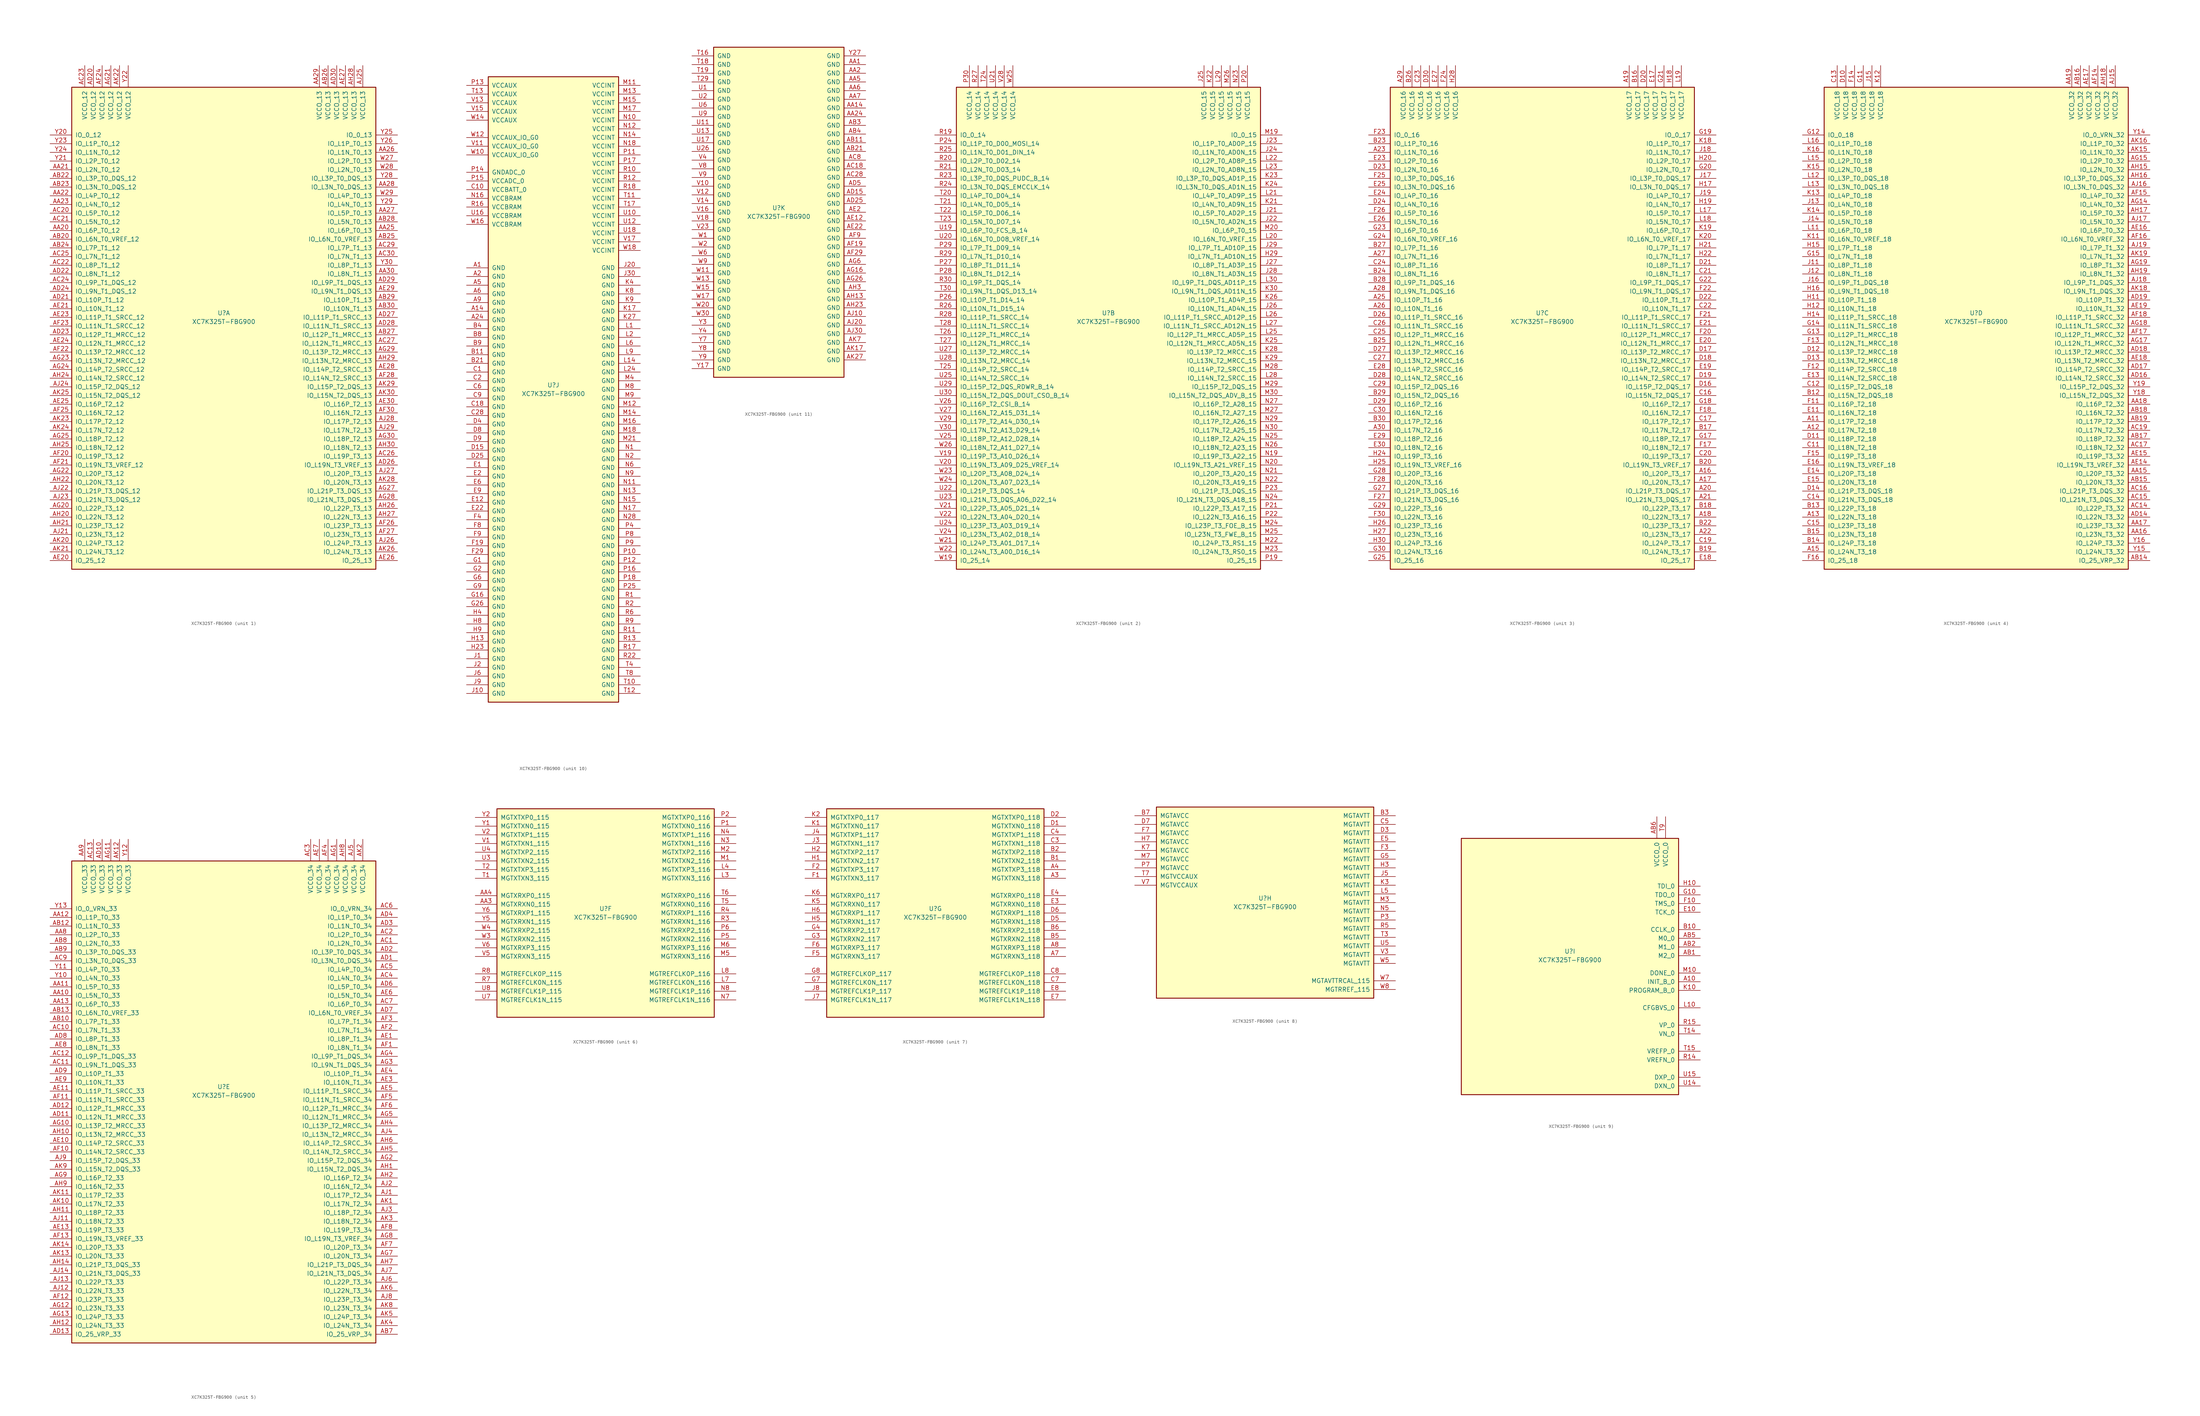
<source format=kicad_sym>
(kicad_symbol_lib
  (version 20201005)
  (generator kicad_symbol_editor)
  (symbol "FPGA_Xilinx_Kintex7:XC7K325T-FBG900"
    (pin_names
      (offset 1.016))
    (property "Reference" "U"
      (at 0 1.27 0)
      (effects (font (size 1.27 1.27))))
    (property "Value" "XC7K325T-FBG900"
      (at 0 -1.27 0)
      (effects (font (size 1.27 1.27))))
    (property "Datasheet" ""
      (at 0 0 0)
      (effects (font (size 1.27 1.27))))
    (property "ki_locked" ""
      (at 0 0 0)
      (effects (font (size 1.27 1.27))))
    (symbol "XC7K325T-FBG900_1_1"
      (rectangle (start -44.45 67.31) (end 44.45 -73.66) (stroke (width 0.254)) (fill (type background)))
      (pin power_in line (at -40.64 73.66 270) (length 6.35) (name "VCCO_12" (effects (font (size 1.27 1.27)))) (number "AC23" (effects (font (size 1.27 1.27)))))
      (pin power_in line (at -38.1 73.66 270) (length 6.35) (name "VCCO_12" (effects (font (size 1.27 1.27)))) (number "AD20" (effects (font (size 1.27 1.27)))))
      (pin power_in line (at -35.56 73.66 270) (length 6.35) (name "VCCO_12" (effects (font (size 1.27 1.27)))) (number "AF24" (effects (font (size 1.27 1.27)))))
      (pin power_in line (at -33.02 73.66 270) (length 6.35) (name "VCCO_12" (effects (font (size 1.27 1.27)))) (number "AG21" (effects (font (size 1.27 1.27)))))
      (pin power_in line (at -30.48 73.66 270) (length 6.35) (name "VCCO_12" (effects (font (size 1.27 1.27)))) (number "AK22" (effects (font (size 1.27 1.27)))))
      (pin power_in line (at -27.94 73.66 270) (length 6.35) (name "VCCO_12" (effects (font (size 1.27 1.27)))) (number "Y22" (effects (font (size 1.27 1.27)))))
      (pin bidirectional line (at -50.8 53.34 0) (length 6.35) (name "IO_0_12" (effects (font (size 1.27 1.27)))) (number "Y20" (effects (font (size 1.27 1.27)))))
      (pin bidirectional line (at -50.8 50.8 0) (length 6.35) (name "IO_L1P_T0_12" (effects (font (size 1.27 1.27)))) (number "Y23" (effects (font (size 1.27 1.27)))))
      (pin bidirectional line (at -50.8 48.26 0) (length 6.35) (name "IO_L1N_T0_12" (effects (font (size 1.27 1.27)))) (number "Y24" (effects (font (size 1.27 1.27)))))
      (pin bidirectional line (at -50.8 45.72 0) (length 6.35) (name "IO_L2P_T0_12" (effects (font (size 1.27 1.27)))) (number "Y21" (effects (font (size 1.27 1.27)))))
      (pin bidirectional line (at -50.8 43.18 0) (length 6.35) (name "IO_L2N_T0_12" (effects (font (size 1.27 1.27)))) (number "AA21" (effects (font (size 1.27 1.27)))))
      (pin bidirectional line (at -50.8 40.64 0) (length 6.35) (name "IO_L3P_T0_DQS_12" (effects (font (size 1.27 1.27)))) (number "AB22" (effects (font (size 1.27 1.27)))))
      (pin bidirectional line (at -50.8 38.1 0) (length 6.35) (name "IO_L3N_T0_DQS_12" (effects (font (size 1.27 1.27)))) (number "AB23" (effects (font (size 1.27 1.27)))))
      (pin bidirectional line (at -50.8 35.56 0) (length 6.35) (name "IO_L4P_T0_12" (effects (font (size 1.27 1.27)))) (number "AA22" (effects (font (size 1.27 1.27)))))
      (pin bidirectional line (at -50.8 33.02 0) (length 6.35) (name "IO_L4N_T0_12" (effects (font (size 1.27 1.27)))) (number "AA23" (effects (font (size 1.27 1.27)))))
      (pin bidirectional line (at -50.8 30.48 0) (length 6.35) (name "IO_L5P_T0_12" (effects (font (size 1.27 1.27)))) (number "AC20" (effects (font (size 1.27 1.27)))))
      (pin bidirectional line (at -50.8 27.94 0) (length 6.35) (name "IO_L5N_T0_12" (effects (font (size 1.27 1.27)))) (number "AC21" (effects (font (size 1.27 1.27)))))
      (pin bidirectional line (at -50.8 25.4 0) (length 6.35) (name "IO_L6P_T0_12" (effects (font (size 1.27 1.27)))) (number "AA20" (effects (font (size 1.27 1.27)))))
      (pin bidirectional line (at -50.8 22.86 0) (length 6.35) (name "IO_L6N_T0_VREF_12" (effects (font (size 1.27 1.27)))) (number "AB20" (effects (font (size 1.27 1.27)))))
      (pin bidirectional line (at -50.8 20.32 0) (length 6.35) (name "IO_L7P_T1_12" (effects (font (size 1.27 1.27)))) (number "AB24" (effects (font (size 1.27 1.27)))))
      (pin bidirectional line (at -50.8 17.78 0) (length 6.35) (name "IO_L7N_T1_12" (effects (font (size 1.27 1.27)))) (number "AC25" (effects (font (size 1.27 1.27)))))
      (pin bidirectional line (at -50.8 15.24 0) (length 6.35) (name "IO_L8P_T1_12" (effects (font (size 1.27 1.27)))) (number "AC22" (effects (font (size 1.27 1.27)))))
      (pin bidirectional line (at -50.8 12.7 0) (length 6.35) (name "IO_L8N_T1_12" (effects (font (size 1.27 1.27)))) (number "AD22" (effects (font (size 1.27 1.27)))))
      (pin bidirectional line (at -50.8 10.16 0) (length 6.35) (name "IO_L9P_T1_DQS_12" (effects (font (size 1.27 1.27)))) (number "AC24" (effects (font (size 1.27 1.27)))))
      (pin bidirectional line (at -50.8 7.62 0) (length 6.35) (name "IO_L9N_T1_DQS_12" (effects (font (size 1.27 1.27)))) (number "AD24" (effects (font (size 1.27 1.27)))))
      (pin bidirectional line (at -50.8 5.08 0) (length 6.35) (name "IO_L10P_T1_12" (effects (font (size 1.27 1.27)))) (number "AD21" (effects (font (size 1.27 1.27)))))
      (pin bidirectional line (at -50.8 2.54 0) (length 6.35) (name "IO_L10N_T1_12" (effects (font (size 1.27 1.27)))) (number "AE21" (effects (font (size 1.27 1.27)))))
      (pin bidirectional line (at -50.8 0 0) (length 6.35) (name "IO_L11P_T1_SRCC_12" (effects (font (size 1.27 1.27)))) (number "AE23" (effects (font (size 1.27 1.27)))))
      (pin bidirectional line (at -50.8 -2.54 0) (length 6.35) (name "IO_L11N_T1_SRCC_12" (effects (font (size 1.27 1.27)))) (number "AF23" (effects (font (size 1.27 1.27)))))
      (pin bidirectional line (at -50.8 -5.08 0) (length 6.35) (name "IO_L12P_T1_MRCC_12" (effects (font (size 1.27 1.27)))) (number "AD23" (effects (font (size 1.27 1.27)))))
      (pin bidirectional line (at -50.8 -7.62 0) (length 6.35) (name "IO_L12N_T1_MRCC_12" (effects (font (size 1.27 1.27)))) (number "AE24" (effects (font (size 1.27 1.27)))))
      (pin bidirectional line (at -50.8 -10.16 0) (length 6.35) (name "IO_L13P_T2_MRCC_12" (effects (font (size 1.27 1.27)))) (number "AF22" (effects (font (size 1.27 1.27)))))
      (pin bidirectional line (at -50.8 -12.7 0) (length 6.35) (name "IO_L13N_T2_MRCC_12" (effects (font (size 1.27 1.27)))) (number "AG23" (effects (font (size 1.27 1.27)))))
      (pin bidirectional line (at -50.8 -15.24 0) (length 6.35) (name "IO_L14P_T2_SRCC_12" (effects (font (size 1.27 1.27)))) (number "AG24" (effects (font (size 1.27 1.27)))))
      (pin bidirectional line (at -50.8 -17.78 0) (length 6.35) (name "IO_L14N_T2_SRCC_12" (effects (font (size 1.27 1.27)))) (number "AH24" (effects (font (size 1.27 1.27)))))
      (pin bidirectional line (at -50.8 -20.32 0) (length 6.35) (name "IO_L15P_T2_DQS_12" (effects (font (size 1.27 1.27)))) (number "AJ24" (effects (font (size 1.27 1.27)))))
      (pin bidirectional line (at -50.8 -22.86 0) (length 6.35) (name "IO_L15N_T2_DQS_12" (effects (font (size 1.27 1.27)))) (number "AK25" (effects (font (size 1.27 1.27)))))
      (pin bidirectional line (at -50.8 -25.4 0) (length 6.35) (name "IO_L16P_T2_12" (effects (font (size 1.27 1.27)))) (number "AE25" (effects (font (size 1.27 1.27)))))
      (pin bidirectional line (at -50.8 -27.94 0) (length 6.35) (name "IO_L16N_T2_12" (effects (font (size 1.27 1.27)))) (number "AF25" (effects (font (size 1.27 1.27)))))
      (pin bidirectional line (at -50.8 -30.48 0) (length 6.35) (name "IO_L17P_T2_12" (effects (font (size 1.27 1.27)))) (number "AK23" (effects (font (size 1.27 1.27)))))
      (pin bidirectional line (at -50.8 -33.02 0) (length 6.35) (name "IO_L17N_T2_12" (effects (font (size 1.27 1.27)))) (number "AK24" (effects (font (size 1.27 1.27)))))
      (pin bidirectional line (at -50.8 -35.56 0) (length 6.35) (name "IO_L18P_T2_12" (effects (font (size 1.27 1.27)))) (number "AG25" (effects (font (size 1.27 1.27)))))
      (pin bidirectional line (at -50.8 -38.1 0) (length 6.35) (name "IO_L18N_T2_12" (effects (font (size 1.27 1.27)))) (number "AH25" (effects (font (size 1.27 1.27)))))
      (pin bidirectional line (at -50.8 -40.64 0) (length 6.35) (name "IO_L19P_T3_12" (effects (font (size 1.27 1.27)))) (number "AF20" (effects (font (size 1.27 1.27)))))
      (pin bidirectional line (at -50.8 -43.18 0) (length 6.35) (name "IO_L19N_T3_VREF_12" (effects (font (size 1.27 1.27)))) (number "AF21" (effects (font (size 1.27 1.27)))))
      (pin bidirectional line (at -50.8 -45.72 0) (length 6.35) (name "IO_L20P_T3_12" (effects (font (size 1.27 1.27)))) (number "AG22" (effects (font (size 1.27 1.27)))))
      (pin bidirectional line (at -50.8 -48.26 0) (length 6.35) (name "IO_L20N_T3_12" (effects (font (size 1.27 1.27)))) (number "AH22" (effects (font (size 1.27 1.27)))))
      (pin bidirectional line (at -50.8 -50.8 0) (length 6.35) (name "IO_L21P_T3_DQS_12" (effects (font (size 1.27 1.27)))) (number "AJ22" (effects (font (size 1.27 1.27)))))
      (pin bidirectional line (at -50.8 -53.34 0) (length 6.35) (name "IO_L21N_T3_DQS_12" (effects (font (size 1.27 1.27)))) (number "AJ23" (effects (font (size 1.27 1.27)))))
      (pin bidirectional line (at -50.8 -55.88 0) (length 6.35) (name "IO_L22P_T3_12" (effects (font (size 1.27 1.27)))) (number "AG20" (effects (font (size 1.27 1.27)))))
      (pin bidirectional line (at -50.8 -58.42 0) (length 6.35) (name "IO_L22N_T3_12" (effects (font (size 1.27 1.27)))) (number "AH20" (effects (font (size 1.27 1.27)))))
      (pin bidirectional line (at -50.8 -60.96 0) (length 6.35) (name "IO_L23P_T3_12" (effects (font (size 1.27 1.27)))) (number "AH21" (effects (font (size 1.27 1.27)))))
      (pin bidirectional line (at -50.8 -63.5 0) (length 6.35) (name "IO_L23N_T3_12" (effects (font (size 1.27 1.27)))) (number "AJ21" (effects (font (size 1.27 1.27)))))
      (pin bidirectional line (at -50.8 -66.04 0) (length 6.35) (name "IO_L24P_T3_12" (effects (font (size 1.27 1.27)))) (number "AK20" (effects (font (size 1.27 1.27)))))
      (pin bidirectional line (at -50.8 -68.58 0) (length 6.35) (name "IO_L24N_T3_12" (effects (font (size 1.27 1.27)))) (number "AK21" (effects (font (size 1.27 1.27)))))
      (pin bidirectional line (at -50.8 -71.12 0) (length 6.35) (name "IO_25_12" (effects (font (size 1.27 1.27)))) (number "AE20" (effects (font (size 1.27 1.27)))))
      (pin power_in line (at 27.94 73.66 270) (length 6.35) (name "VCCO_13" (effects (font (size 1.27 1.27)))) (number "AA29" (effects (font (size 1.27 1.27)))))
      (pin power_in line (at 30.48 73.66 270) (length 6.35) (name "VCCO_13" (effects (font (size 1.27 1.27)))) (number "AB26" (effects (font (size 1.27 1.27)))))
      (pin power_in line (at 33.02 73.66 270) (length 6.35) (name "VCCO_13" (effects (font (size 1.27 1.27)))) (number "AD30" (effects (font (size 1.27 1.27)))))
      (pin power_in line (at 35.56 73.66 270) (length 6.35) (name "VCCO_13" (effects (font (size 1.27 1.27)))) (number "AE27" (effects (font (size 1.27 1.27)))))
      (pin power_in line (at 38.1 73.66 270) (length 6.35) (name "VCCO_13" (effects (font (size 1.27 1.27)))) (number "AH28" (effects (font (size 1.27 1.27)))))
      (pin power_in line (at 40.64 73.66 270) (length 6.35) (name "VCCO_13" (effects (font (size 1.27 1.27)))) (number "AJ25" (effects (font (size 1.27 1.27)))))
      (pin bidirectional line (at 50.8 53.34 180) (length 6.35) (name "IO_0_13" (effects (font (size 1.27 1.27)))) (number "Y25" (effects (font (size 1.27 1.27)))))
      (pin bidirectional line (at 50.8 50.8 180) (length 6.35) (name "IO_L1P_T0_13" (effects (font (size 1.27 1.27)))) (number "Y26" (effects (font (size 1.27 1.27)))))
      (pin bidirectional line (at 50.8 48.26 180) (length 6.35) (name "IO_L1N_T0_13" (effects (font (size 1.27 1.27)))) (number "AA26" (effects (font (size 1.27 1.27)))))
      (pin bidirectional line (at 50.8 45.72 180) (length 6.35) (name "IO_L2P_T0_13" (effects (font (size 1.27 1.27)))) (number "W27" (effects (font (size 1.27 1.27)))))
      (pin bidirectional line (at 50.8 43.18 180) (length 6.35) (name "IO_L2N_T0_13" (effects (font (size 1.27 1.27)))) (number "W28" (effects (font (size 1.27 1.27)))))
      (pin bidirectional line (at 50.8 40.64 180) (length 6.35) (name "IO_L3P_T0_DQS_13" (effects (font (size 1.27 1.27)))) (number "Y28" (effects (font (size 1.27 1.27)))))
      (pin bidirectional line (at 50.8 38.1 180) (length 6.35) (name "IO_L3N_T0_DQS_13" (effects (font (size 1.27 1.27)))) (number "AA28" (effects (font (size 1.27 1.27)))))
      (pin bidirectional line (at 50.8 35.56 180) (length 6.35) (name "IO_L4P_T0_13" (effects (font (size 1.27 1.27)))) (number "W29" (effects (font (size 1.27 1.27)))))
      (pin bidirectional line (at 50.8 33.02 180) (length 6.35) (name "IO_L4N_T0_13" (effects (font (size 1.27 1.27)))) (number "Y29" (effects (font (size 1.27 1.27)))))
      (pin bidirectional line (at 50.8 30.48 180) (length 6.35) (name "IO_L5P_T0_13" (effects (font (size 1.27 1.27)))) (number "AA27" (effects (font (size 1.27 1.27)))))
      (pin bidirectional line (at 50.8 27.94 180) (length 6.35) (name "IO_L5N_T0_13" (effects (font (size 1.27 1.27)))) (number "AB28" (effects (font (size 1.27 1.27)))))
      (pin bidirectional line (at 50.8 25.4 180) (length 6.35) (name "IO_L6P_T0_13" (effects (font (size 1.27 1.27)))) (number "AA25" (effects (font (size 1.27 1.27)))))
      (pin bidirectional line (at 50.8 22.86 180) (length 6.35) (name "IO_L6N_T0_VREF_13" (effects (font (size 1.27 1.27)))) (number "AB25" (effects (font (size 1.27 1.27)))))
      (pin bidirectional line (at 50.8 20.32 180) (length 6.35) (name "IO_L7P_T1_13" (effects (font (size 1.27 1.27)))) (number "AC29" (effects (font (size 1.27 1.27)))))
      (pin bidirectional line (at 50.8 17.78 180) (length 6.35) (name "IO_L7N_T1_13" (effects (font (size 1.27 1.27)))) (number "AC30" (effects (font (size 1.27 1.27)))))
      (pin bidirectional line (at 50.8 15.24 180) (length 6.35) (name "IO_L8P_T1_13" (effects (font (size 1.27 1.27)))) (number "Y30" (effects (font (size 1.27 1.27)))))
      (pin bidirectional line (at 50.8 12.7 180) (length 6.35) (name "IO_L8N_T1_13" (effects (font (size 1.27 1.27)))) (number "AA30" (effects (font (size 1.27 1.27)))))
      (pin bidirectional line (at 50.8 10.16 180) (length 6.35) (name "IO_L9P_T1_DQS_13" (effects (font (size 1.27 1.27)))) (number "AD29" (effects (font (size 1.27 1.27)))))
      (pin bidirectional line (at 50.8 7.62 180) (length 6.35) (name "IO_L9N_T1_DQS_13" (effects (font (size 1.27 1.27)))) (number "AE29" (effects (font (size 1.27 1.27)))))
      (pin bidirectional line (at 50.8 5.08 180) (length 6.35) (name "IO_L10P_T1_13" (effects (font (size 1.27 1.27)))) (number "AB29" (effects (font (size 1.27 1.27)))))
      (pin bidirectional line (at 50.8 2.54 180) (length 6.35) (name "IO_L10N_T1_13" (effects (font (size 1.27 1.27)))) (number "AB30" (effects (font (size 1.27 1.27)))))
      (pin bidirectional line (at 50.8 0 180) (length 6.35) (name "IO_L11P_T1_SRCC_13" (effects (font (size 1.27 1.27)))) (number "AD27" (effects (font (size 1.27 1.27)))))
      (pin bidirectional line (at 50.8 -2.54 180) (length 6.35) (name "IO_L11N_T1_SRCC_13" (effects (font (size 1.27 1.27)))) (number "AD28" (effects (font (size 1.27 1.27)))))
      (pin bidirectional line (at 50.8 -5.08 180) (length 6.35) (name "IO_L12P_T1_MRCC_13" (effects (font (size 1.27 1.27)))) (number "AB27" (effects (font (size 1.27 1.27)))))
      (pin bidirectional line (at 50.8 -7.62 180) (length 6.35) (name "IO_L12N_T1_MRCC_13" (effects (font (size 1.27 1.27)))) (number "AC27" (effects (font (size 1.27 1.27)))))
      (pin bidirectional line (at 50.8 -10.16 180) (length 6.35) (name "IO_L13P_T2_MRCC_13" (effects (font (size 1.27 1.27)))) (number "AG29" (effects (font (size 1.27 1.27)))))
      (pin bidirectional line (at 50.8 -12.7 180) (length 6.35) (name "IO_L13N_T2_MRCC_13" (effects (font (size 1.27 1.27)))) (number "AH29" (effects (font (size 1.27 1.27)))))
      (pin bidirectional line (at 50.8 -15.24 180) (length 6.35) (name "IO_L14P_T2_SRCC_13" (effects (font (size 1.27 1.27)))) (number "AE28" (effects (font (size 1.27 1.27)))))
      (pin bidirectional line (at 50.8 -17.78 180) (length 6.35) (name "IO_L14N_T2_SRCC_13" (effects (font (size 1.27 1.27)))) (number "AF28" (effects (font (size 1.27 1.27)))))
      (pin bidirectional line (at 50.8 -20.32 180) (length 6.35) (name "IO_L15P_T2_DQS_13" (effects (font (size 1.27 1.27)))) (number "AK29" (effects (font (size 1.27 1.27)))))
      (pin bidirectional line (at 50.8 -22.86 180) (length 6.35) (name "IO_L15N_T2_DQS_13" (effects (font (size 1.27 1.27)))) (number "AK30" (effects (font (size 1.27 1.27)))))
      (pin bidirectional line (at 50.8 -25.4 180) (length 6.35) (name "IO_L16P_T2_13" (effects (font (size 1.27 1.27)))) (number "AE30" (effects (font (size 1.27 1.27)))))
      (pin bidirectional line (at 50.8 -27.94 180) (length 6.35) (name "IO_L16N_T2_13" (effects (font (size 1.27 1.27)))) (number "AF30" (effects (font (size 1.27 1.27)))))
      (pin bidirectional line (at 50.8 -30.48 180) (length 6.35) (name "IO_L17P_T2_13" (effects (font (size 1.27 1.27)))) (number "AJ28" (effects (font (size 1.27 1.27)))))
      (pin bidirectional line (at 50.8 -33.02 180) (length 6.35) (name "IO_L17N_T2_13" (effects (font (size 1.27 1.27)))) (number "AJ29" (effects (font (size 1.27 1.27)))))
      (pin bidirectional line (at 50.8 -35.56 180) (length 6.35) (name "IO_L18P_T2_13" (effects (font (size 1.27 1.27)))) (number "AG30" (effects (font (size 1.27 1.27)))))
      (pin bidirectional line (at 50.8 -38.1 180) (length 6.35) (name "IO_L18N_T2_13" (effects (font (size 1.27 1.27)))) (number "AH30" (effects (font (size 1.27 1.27)))))
      (pin bidirectional line (at 50.8 -40.64 180) (length 6.35) (name "IO_L19P_T3_13" (effects (font (size 1.27 1.27)))) (number "AC26" (effects (font (size 1.27 1.27)))))
      (pin bidirectional line (at 50.8 -43.18 180) (length 6.35) (name "IO_L19N_T3_VREF_13" (effects (font (size 1.27 1.27)))) (number "AD26" (effects (font (size 1.27 1.27)))))
      (pin bidirectional line (at 50.8 -45.72 180) (length 6.35) (name "IO_L20P_T3_13" (effects (font (size 1.27 1.27)))) (number "AJ27" (effects (font (size 1.27 1.27)))))
      (pin bidirectional line (at 50.8 -48.26 180) (length 6.35) (name "IO_L20N_T3_13" (effects (font (size 1.27 1.27)))) (number "AK28" (effects (font (size 1.27 1.27)))))
      (pin bidirectional line (at 50.8 -50.8 180) (length 6.35) (name "IO_L21P_T3_DQS_13" (effects (font (size 1.27 1.27)))) (number "AG27" (effects (font (size 1.27 1.27)))))
      (pin bidirectional line (at 50.8 -53.34 180) (length 6.35) (name "IO_L21N_T3_DQS_13" (effects (font (size 1.27 1.27)))) (number "AG28" (effects (font (size 1.27 1.27)))))
      (pin bidirectional line (at 50.8 -55.88 180) (length 6.35) (name "IO_L22P_T3_13" (effects (font (size 1.27 1.27)))) (number "AH26" (effects (font (size 1.27 1.27)))))
      (pin bidirectional line (at 50.8 -58.42 180) (length 6.35) (name "IO_L22N_T3_13" (effects (font (size 1.27 1.27)))) (number "AH27" (effects (font (size 1.27 1.27)))))
      (pin bidirectional line (at 50.8 -60.96 180) (length 6.35) (name "IO_L23P_T3_13" (effects (font (size 1.27 1.27)))) (number "AF26" (effects (font (size 1.27 1.27)))))
      (pin bidirectional line (at 50.8 -63.5 180) (length 6.35) (name "IO_L23N_T3_13" (effects (font (size 1.27 1.27)))) (number "AF27" (effects (font (size 1.27 1.27)))))
      (pin bidirectional line (at 50.8 -66.04 180) (length 6.35) (name "IO_L24P_T3_13" (effects (font (size 1.27 1.27)))) (number "AJ26" (effects (font (size 1.27 1.27)))))
      (pin bidirectional line (at 50.8 -68.58 180) (length 6.35) (name "IO_L24N_T3_13" (effects (font (size 1.27 1.27)))) (number "AK26" (effects (font (size 1.27 1.27)))))
      (pin bidirectional line (at 50.8 -71.12 180) (length 6.35) (name "IO_25_13" (effects (font (size 1.27 1.27)))) (number "AE26" (effects (font (size 1.27 1.27))))))
    (symbol "XC7K325T-FBG900_2_1"
      (rectangle (start -44.45 67.31) (end 44.45 -73.66) (stroke (width 0.254)) (fill (type background)))
      (pin power_in line (at -40.64 73.66 270) (length 6.35) (name "VCCO_14" (effects (font (size 1.27 1.27)))) (number "P30" (effects (font (size 1.27 1.27)))))
      (pin power_in line (at -38.1 73.66 270) (length 6.35) (name "VCCO_14" (effects (font (size 1.27 1.27)))) (number "R27" (effects (font (size 1.27 1.27)))))
      (pin power_in line (at -35.56 73.66 270) (length 6.35) (name "VCCO_14" (effects (font (size 1.27 1.27)))) (number "T24" (effects (font (size 1.27 1.27)))))
      (pin power_in line (at -33.02 73.66 270) (length 6.35) (name "VCCO_14" (effects (font (size 1.27 1.27)))) (number "U21" (effects (font (size 1.27 1.27)))))
      (pin power_in line (at -30.48 73.66 270) (length 6.35) (name "VCCO_14" (effects (font (size 1.27 1.27)))) (number "V28" (effects (font (size 1.27 1.27)))))
      (pin power_in line (at -27.94 73.66 270) (length 6.35) (name "VCCO_14" (effects (font (size 1.27 1.27)))) (number "W25" (effects (font (size 1.27 1.27)))))
      (pin bidirectional line (at -50.8 53.34 0) (length 6.35) (name "IO_0_14" (effects (font (size 1.27 1.27)))) (number "R19" (effects (font (size 1.27 1.27)))))
      (pin bidirectional line (at -50.8 50.8 0) (length 6.35) (name "IO_L1P_T0_D00_MOSI_14" (effects (font (size 1.27 1.27)))) (number "P24" (effects (font (size 1.27 1.27)))))
      (pin bidirectional line (at -50.8 48.26 0) (length 6.35) (name "IO_L1N_T0_D01_DIN_14" (effects (font (size 1.27 1.27)))) (number "R25" (effects (font (size 1.27 1.27)))))
      (pin bidirectional line (at -50.8 45.72 0) (length 6.35) (name "IO_L2P_T0_D02_14" (effects (font (size 1.27 1.27)))) (number "R20" (effects (font (size 1.27 1.27)))))
      (pin bidirectional line (at -50.8 43.18 0) (length 6.35) (name "IO_L2N_T0_D03_14" (effects (font (size 1.27 1.27)))) (number "R21" (effects (font (size 1.27 1.27)))))
      (pin bidirectional line (at -50.8 40.64 0) (length 6.35) (name "IO_L3P_T0_DQS_PUDC_B_14" (effects (font (size 1.27 1.27)))) (number "R23" (effects (font (size 1.27 1.27)))))
      (pin bidirectional line (at -50.8 38.1 0) (length 6.35) (name "IO_L3N_T0_DQS_EMCCLK_14" (effects (font (size 1.27 1.27)))) (number "R24" (effects (font (size 1.27 1.27)))))
      (pin bidirectional line (at -50.8 35.56 0) (length 6.35) (name "IO_L4P_T0_D04_14" (effects (font (size 1.27 1.27)))) (number "T20" (effects (font (size 1.27 1.27)))))
      (pin bidirectional line (at -50.8 33.02 0) (length 6.35) (name "IO_L4N_T0_D05_14" (effects (font (size 1.27 1.27)))) (number "T21" (effects (font (size 1.27 1.27)))))
      (pin bidirectional line (at -50.8 30.48 0) (length 6.35) (name "IO_L5P_T0_D06_14" (effects (font (size 1.27 1.27)))) (number "T22" (effects (font (size 1.27 1.27)))))
      (pin bidirectional line (at -50.8 27.94 0) (length 6.35) (name "IO_L5N_T0_D07_14" (effects (font (size 1.27 1.27)))) (number "T23" (effects (font (size 1.27 1.27)))))
      (pin bidirectional line (at -50.8 25.4 0) (length 6.35) (name "IO_L6P_T0_FCS_B_14" (effects (font (size 1.27 1.27)))) (number "U19" (effects (font (size 1.27 1.27)))))
      (pin bidirectional line (at -50.8 22.86 0) (length 6.35) (name "IO_L6N_T0_D08_VREF_14" (effects (font (size 1.27 1.27)))) (number "U20" (effects (font (size 1.27 1.27)))))
      (pin bidirectional line (at -50.8 20.32 0) (length 6.35) (name "IO_L7P_T1_D09_14" (effects (font (size 1.27 1.27)))) (number "P29" (effects (font (size 1.27 1.27)))))
      (pin bidirectional line (at -50.8 17.78 0) (length 6.35) (name "IO_L7N_T1_D10_14" (effects (font (size 1.27 1.27)))) (number "R29" (effects (font (size 1.27 1.27)))))
      (pin bidirectional line (at -50.8 15.24 0) (length 6.35) (name "IO_L8P_T1_D11_14" (effects (font (size 1.27 1.27)))) (number "P27" (effects (font (size 1.27 1.27)))))
      (pin bidirectional line (at -50.8 12.7 0) (length 6.35) (name "IO_L8N_T1_D12_14" (effects (font (size 1.27 1.27)))) (number "P28" (effects (font (size 1.27 1.27)))))
      (pin bidirectional line (at -50.8 10.16 0) (length 6.35) (name "IO_L9P_T1_DQS_14" (effects (font (size 1.27 1.27)))) (number "R30" (effects (font (size 1.27 1.27)))))
      (pin bidirectional line (at -50.8 7.62 0) (length 6.35) (name "IO_L9N_T1_DQS_D13_14" (effects (font (size 1.27 1.27)))) (number "T30" (effects (font (size 1.27 1.27)))))
      (pin bidirectional line (at -50.8 5.08 0) (length 6.35) (name "IO_L10P_T1_D14_14" (effects (font (size 1.27 1.27)))) (number "P26" (effects (font (size 1.27 1.27)))))
      (pin bidirectional line (at -50.8 2.54 0) (length 6.35) (name "IO_L10N_T1_D15_14" (effects (font (size 1.27 1.27)))) (number "R26" (effects (font (size 1.27 1.27)))))
      (pin bidirectional line (at -50.8 0 0) (length 6.35) (name "IO_L11P_T1_SRCC_14" (effects (font (size 1.27 1.27)))) (number "R28" (effects (font (size 1.27 1.27)))))
      (pin bidirectional line (at -50.8 -2.54 0) (length 6.35) (name "IO_L11N_T1_SRCC_14" (effects (font (size 1.27 1.27)))) (number "T28" (effects (font (size 1.27 1.27)))))
      (pin bidirectional line (at -50.8 -5.08 0) (length 6.35) (name "IO_L12P_T1_MRCC_14" (effects (font (size 1.27 1.27)))) (number "T26" (effects (font (size 1.27 1.27)))))
      (pin bidirectional line (at -50.8 -7.62 0) (length 6.35) (name "IO_L12N_T1_MRCC_14" (effects (font (size 1.27 1.27)))) (number "T27" (effects (font (size 1.27 1.27)))))
      (pin bidirectional line (at -50.8 -10.16 0) (length 6.35) (name "IO_L13P_T2_MRCC_14" (effects (font (size 1.27 1.27)))) (number "U27" (effects (font (size 1.27 1.27)))))
      (pin bidirectional line (at -50.8 -12.7 0) (length 6.35) (name "IO_L13N_T2_MRCC_14" (effects (font (size 1.27 1.27)))) (number "U28" (effects (font (size 1.27 1.27)))))
      (pin bidirectional line (at -50.8 -15.24 0) (length 6.35) (name "IO_L14P_T2_SRCC_14" (effects (font (size 1.27 1.27)))) (number "T25" (effects (font (size 1.27 1.27)))))
      (pin bidirectional line (at -50.8 -17.78 0) (length 6.35) (name "IO_L14N_T2_SRCC_14" (effects (font (size 1.27 1.27)))) (number "U25" (effects (font (size 1.27 1.27)))))
      (pin bidirectional line (at -50.8 -20.32 0) (length 6.35) (name "IO_L15P_T2_DQS_RDWR_B_14" (effects (font (size 1.27 1.27)))) (number "U29" (effects (font (size 1.27 1.27)))))
      (pin bidirectional line (at -50.8 -22.86 0) (length 6.35) (name "IO_L15N_T2_DQS_DOUT_CSO_B_14" (effects (font (size 1.27 1.27)))) (number "U30" (effects (font (size 1.27 1.27)))))
      (pin bidirectional line (at -50.8 -25.4 0) (length 6.35) (name "IO_L16P_T2_CSI_B_14" (effects (font (size 1.27 1.27)))) (number "V26" (effects (font (size 1.27 1.27)))))
      (pin bidirectional line (at -50.8 -27.94 0) (length 6.35) (name "IO_L16N_T2_A15_D31_14" (effects (font (size 1.27 1.27)))) (number "V27" (effects (font (size 1.27 1.27)))))
      (pin bidirectional line (at -50.8 -30.48 0) (length 6.35) (name "IO_L17P_T2_A14_D30_14" (effects (font (size 1.27 1.27)))) (number "V29" (effects (font (size 1.27 1.27)))))
      (pin bidirectional line (at -50.8 -33.02 0) (length 6.35) (name "IO_L17N_T2_A13_D29_14" (effects (font (size 1.27 1.27)))) (number "V30" (effects (font (size 1.27 1.27)))))
      (pin bidirectional line (at -50.8 -35.56 0) (length 6.35) (name "IO_L18P_T2_A12_D28_14" (effects (font (size 1.27 1.27)))) (number "V25" (effects (font (size 1.27 1.27)))))
      (pin bidirectional line (at -50.8 -38.1 0) (length 6.35) (name "IO_L18N_T2_A11_D27_14" (effects (font (size 1.27 1.27)))) (number "W26" (effects (font (size 1.27 1.27)))))
      (pin bidirectional line (at -50.8 -40.64 0) (length 6.35) (name "IO_L19P_T3_A10_D26_14" (effects (font (size 1.27 1.27)))) (number "V19" (effects (font (size 1.27 1.27)))))
      (pin bidirectional line (at -50.8 -43.18 0) (length 6.35) (name "IO_L19N_T3_A09_D25_VREF_14" (effects (font (size 1.27 1.27)))) (number "V20" (effects (font (size 1.27 1.27)))))
      (pin bidirectional line (at -50.8 -45.72 0) (length 6.35) (name "IO_L20P_T3_A08_D24_14" (effects (font (size 1.27 1.27)))) (number "W23" (effects (font (size 1.27 1.27)))))
      (pin bidirectional line (at -50.8 -48.26 0) (length 6.35) (name "IO_L20N_T3_A07_D23_14" (effects (font (size 1.27 1.27)))) (number "W24" (effects (font (size 1.27 1.27)))))
      (pin bidirectional line (at -50.8 -50.8 0) (length 6.35) (name "IO_L21P_T3_DQS_14" (effects (font (size 1.27 1.27)))) (number "U22" (effects (font (size 1.27 1.27)))))
      (pin bidirectional line (at -50.8 -53.34 0) (length 6.35) (name "IO_L21N_T3_DQS_A06_D22_14" (effects (font (size 1.27 1.27)))) (number "U23" (effects (font (size 1.27 1.27)))))
      (pin bidirectional line (at -50.8 -55.88 0) (length 6.35) (name "IO_L22P_T3_A05_D21_14" (effects (font (size 1.27 1.27)))) (number "V21" (effects (font (size 1.27 1.27)))))
      (pin bidirectional line (at -50.8 -58.42 0) (length 6.35) (name "IO_L22N_T3_A04_D20_14" (effects (font (size 1.27 1.27)))) (number "V22" (effects (font (size 1.27 1.27)))))
      (pin bidirectional line (at -50.8 -60.96 0) (length 6.35) (name "IO_L23P_T3_A03_D19_14" (effects (font (size 1.27 1.27)))) (number "U24" (effects (font (size 1.27 1.27)))))
      (pin bidirectional line (at -50.8 -63.5 0) (length 6.35) (name "IO_L23N_T3_A02_D18_14" (effects (font (size 1.27 1.27)))) (number "V24" (effects (font (size 1.27 1.27)))))
      (pin bidirectional line (at -50.8 -66.04 0) (length 6.35) (name "IO_L24P_T3_A01_D17_14" (effects (font (size 1.27 1.27)))) (number "W21" (effects (font (size 1.27 1.27)))))
      (pin bidirectional line (at -50.8 -68.58 0) (length 6.35) (name "IO_L24N_T3_A00_D16_14" (effects (font (size 1.27 1.27)))) (number "W22" (effects (font (size 1.27 1.27)))))
      (pin bidirectional line (at -50.8 -71.12 0) (length 6.35) (name "IO_25_14" (effects (font (size 1.27 1.27)))) (number "W19" (effects (font (size 1.27 1.27)))))
      (pin power_in line (at 27.94 73.66 270) (length 6.35) (name "VCCO_15" (effects (font (size 1.27 1.27)))) (number "J25" (effects (font (size 1.27 1.27)))))
      (pin power_in line (at 30.48 73.66 270) (length 6.35) (name "VCCO_15" (effects (font (size 1.27 1.27)))) (number "K22" (effects (font (size 1.27 1.27)))))
      (pin power_in line (at 33.02 73.66 270) (length 6.35) (name "VCCO_15" (effects (font (size 1.27 1.27)))) (number "L29" (effects (font (size 1.27 1.27)))))
      (pin power_in line (at 35.56 73.66 270) (length 6.35) (name "VCCO_15" (effects (font (size 1.27 1.27)))) (number "M26" (effects (font (size 1.27 1.27)))))
      (pin power_in line (at 38.1 73.66 270) (length 6.35) (name "VCCO_15" (effects (font (size 1.27 1.27)))) (number "N23" (effects (font (size 1.27 1.27)))))
      (pin power_in line (at 40.64 73.66 270) (length 6.35) (name "VCCO_15" (effects (font (size 1.27 1.27)))) (number "P20" (effects (font (size 1.27 1.27)))))
      (pin bidirectional line (at 50.8 53.34 180) (length 6.35) (name "IO_0_15" (effects (font (size 1.27 1.27)))) (number "M19" (effects (font (size 1.27 1.27)))))
      (pin bidirectional line (at 50.8 50.8 180) (length 6.35) (name "IO_L1P_T0_AD0P_15" (effects (font (size 1.27 1.27)))) (number "J23" (effects (font (size 1.27 1.27)))))
      (pin bidirectional line (at 50.8 48.26 180) (length 6.35) (name "IO_L1N_T0_AD0N_15" (effects (font (size 1.27 1.27)))) (number "J24" (effects (font (size 1.27 1.27)))))
      (pin bidirectional line (at 50.8 45.72 180) (length 6.35) (name "IO_L2P_T0_AD8P_15" (effects (font (size 1.27 1.27)))) (number "L22" (effects (font (size 1.27 1.27)))))
      (pin bidirectional line (at 50.8 43.18 180) (length 6.35) (name "IO_L2N_T0_AD8N_15" (effects (font (size 1.27 1.27)))) (number "L23" (effects (font (size 1.27 1.27)))))
      (pin bidirectional line (at 50.8 40.64 180) (length 6.35) (name "IO_L3P_T0_DQS_AD1P_15" (effects (font (size 1.27 1.27)))) (number "K23" (effects (font (size 1.27 1.27)))))
      (pin bidirectional line (at 50.8 38.1 180) (length 6.35) (name "IO_L3N_T0_DQS_AD1N_15" (effects (font (size 1.27 1.27)))) (number "K24" (effects (font (size 1.27 1.27)))))
      (pin bidirectional line (at 50.8 35.56 180) (length 6.35) (name "IO_L4P_T0_AD9P_15" (effects (font (size 1.27 1.27)))) (number "L21" (effects (font (size 1.27 1.27)))))
      (pin bidirectional line (at 50.8 33.02 180) (length 6.35) (name "IO_L4N_T0_AD9N_15" (effects (font (size 1.27 1.27)))) (number "K21" (effects (font (size 1.27 1.27)))))
      (pin bidirectional line (at 50.8 30.48 180) (length 6.35) (name "IO_L5P_T0_AD2P_15" (effects (font (size 1.27 1.27)))) (number "J21" (effects (font (size 1.27 1.27)))))
      (pin bidirectional line (at 50.8 27.94 180) (length 6.35) (name "IO_L5N_T0_AD2N_15" (effects (font (size 1.27 1.27)))) (number "J22" (effects (font (size 1.27 1.27)))))
      (pin bidirectional line (at 50.8 25.4 180) (length 6.35) (name "IO_L6P_T0_15" (effects (font (size 1.27 1.27)))) (number "M20" (effects (font (size 1.27 1.27)))))
      (pin bidirectional line (at 50.8 22.86 180) (length 6.35) (name "IO_L6N_T0_VREF_15" (effects (font (size 1.27 1.27)))) (number "L20" (effects (font (size 1.27 1.27)))))
      (pin bidirectional line (at 50.8 20.32 180) (length 6.35) (name "IO_L7P_T1_AD10P_15" (effects (font (size 1.27 1.27)))) (number "J29" (effects (font (size 1.27 1.27)))))
      (pin bidirectional line (at 50.8 17.78 180) (length 6.35) (name "IO_L7N_T1_AD10N_15" (effects (font (size 1.27 1.27)))) (number "H29" (effects (font (size 1.27 1.27)))))
      (pin bidirectional line (at 50.8 15.24 180) (length 6.35) (name "IO_L8P_T1_AD3P_15" (effects (font (size 1.27 1.27)))) (number "J27" (effects (font (size 1.27 1.27)))))
      (pin bidirectional line (at 50.8 12.7 180) (length 6.35) (name "IO_L8N_T1_AD3N_15" (effects (font (size 1.27 1.27)))) (number "J28" (effects (font (size 1.27 1.27)))))
      (pin bidirectional line (at 50.8 10.16 180) (length 6.35) (name "IO_L9P_T1_DQS_AD11P_15" (effects (font (size 1.27 1.27)))) (number "L30" (effects (font (size 1.27 1.27)))))
      (pin bidirectional line (at 50.8 7.62 180) (length 6.35) (name "IO_L9N_T1_DQS_AD11N_15" (effects (font (size 1.27 1.27)))) (number "K30" (effects (font (size 1.27 1.27)))))
      (pin bidirectional line (at 50.8 5.08 180) (length 6.35) (name "IO_L10P_T1_AD4P_15" (effects (font (size 1.27 1.27)))) (number "K26" (effects (font (size 1.27 1.27)))))
      (pin bidirectional line (at 50.8 2.54 180) (length 6.35) (name "IO_L10N_T1_AD4N_15" (effects (font (size 1.27 1.27)))) (number "J26" (effects (font (size 1.27 1.27)))))
      (pin bidirectional line (at 50.8 0 180) (length 6.35) (name "IO_L11P_T1_SRCC_AD12P_15" (effects (font (size 1.27 1.27)))) (number "L26" (effects (font (size 1.27 1.27)))))
      (pin bidirectional line (at 50.8 -2.54 180) (length 6.35) (name "IO_L11N_T1_SRCC_AD12N_15" (effects (font (size 1.27 1.27)))) (number "L27" (effects (font (size 1.27 1.27)))))
      (pin bidirectional line (at 50.8 -5.08 180) (length 6.35) (name "IO_L12P_T1_MRCC_AD5P_15" (effects (font (size 1.27 1.27)))) (number "L25" (effects (font (size 1.27 1.27)))))
      (pin bidirectional line (at 50.8 -7.62 180) (length 6.35) (name "IO_L12N_T1_MRCC_AD5N_15" (effects (font (size 1.27 1.27)))) (number "K25" (effects (font (size 1.27 1.27)))))
      (pin bidirectional line (at 50.8 -10.16 180) (length 6.35) (name "IO_L13P_T2_MRCC_15" (effects (font (size 1.27 1.27)))) (number "K28" (effects (font (size 1.27 1.27)))))
      (pin bidirectional line (at 50.8 -12.7 180) (length 6.35) (name "IO_L13N_T2_MRCC_15" (effects (font (size 1.27 1.27)))) (number "K29" (effects (font (size 1.27 1.27)))))
      (pin bidirectional line (at 50.8 -15.24 180) (length 6.35) (name "IO_L14P_T2_SRCC_15" (effects (font (size 1.27 1.27)))) (number "M28" (effects (font (size 1.27 1.27)))))
      (pin bidirectional line (at 50.8 -17.78 180) (length 6.35) (name "IO_L14N_T2_SRCC_15" (effects (font (size 1.27 1.27)))) (number "L28" (effects (font (size 1.27 1.27)))))
      (pin bidirectional line (at 50.8 -20.32 180) (length 6.35) (name "IO_L15P_T2_DQS_15" (effects (font (size 1.27 1.27)))) (number "M29" (effects (font (size 1.27 1.27)))))
      (pin bidirectional line (at 50.8 -22.86 180) (length 6.35) (name "IO_L15N_T2_DQS_ADV_B_15" (effects (font (size 1.27 1.27)))) (number "M30" (effects (font (size 1.27 1.27)))))
      (pin bidirectional line (at 50.8 -25.4 180) (length 6.35) (name "IO_L16P_T2_A28_15" (effects (font (size 1.27 1.27)))) (number "N27" (effects (font (size 1.27 1.27)))))
      (pin bidirectional line (at 50.8 -27.94 180) (length 6.35) (name "IO_L16N_T2_A27_15" (effects (font (size 1.27 1.27)))) (number "M27" (effects (font (size 1.27 1.27)))))
      (pin bidirectional line (at 50.8 -30.48 180) (length 6.35) (name "IO_L17P_T2_A26_15" (effects (font (size 1.27 1.27)))) (number "N29" (effects (font (size 1.27 1.27)))))
      (pin bidirectional line (at 50.8 -33.02 180) (length 6.35) (name "IO_L17N_T2_A25_15" (effects (font (size 1.27 1.27)))) (number "N30" (effects (font (size 1.27 1.27)))))
      (pin bidirectional line (at 50.8 -35.56 180) (length 6.35) (name "IO_L18P_T2_A24_15" (effects (font (size 1.27 1.27)))) (number "N25" (effects (font (size 1.27 1.27)))))
      (pin bidirectional line (at 50.8 -38.1 180) (length 6.35) (name "IO_L18N_T2_A23_15" (effects (font (size 1.27 1.27)))) (number "N26" (effects (font (size 1.27 1.27)))))
      (pin bidirectional line (at 50.8 -40.64 180) (length 6.35) (name "IO_L19P_T3_A22_15" (effects (font (size 1.27 1.27)))) (number "N19" (effects (font (size 1.27 1.27)))))
      (pin bidirectional line (at 50.8 -43.18 180) (length 6.35) (name "IO_L19N_T3_A21_VREF_15" (effects (font (size 1.27 1.27)))) (number "N20" (effects (font (size 1.27 1.27)))))
      (pin bidirectional line (at 50.8 -45.72 180) (length 6.35) (name "IO_L20P_T3_A20_15" (effects (font (size 1.27 1.27)))) (number "N21" (effects (font (size 1.27 1.27)))))
      (pin bidirectional line (at 50.8 -48.26 180) (length 6.35) (name "IO_L20N_T3_A19_15" (effects (font (size 1.27 1.27)))) (number "N22" (effects (font (size 1.27 1.27)))))
      (pin bidirectional line (at 50.8 -50.8 180) (length 6.35) (name "IO_L21P_T3_DQS_15" (effects (font (size 1.27 1.27)))) (number "P23" (effects (font (size 1.27 1.27)))))
      (pin bidirectional line (at 50.8 -53.34 180) (length 6.35) (name "IO_L21N_T3_DQS_A18_15" (effects (font (size 1.27 1.27)))) (number "N24" (effects (font (size 1.27 1.27)))))
      (pin bidirectional line (at 50.8 -55.88 180) (length 6.35) (name "IO_L22P_T3_A17_15" (effects (font (size 1.27 1.27)))) (number "P21" (effects (font (size 1.27 1.27)))))
      (pin bidirectional line (at 50.8 -58.42 180) (length 6.35) (name "IO_L22N_T3_A16_15" (effects (font (size 1.27 1.27)))) (number "P22" (effects (font (size 1.27 1.27)))))
      (pin bidirectional line (at 50.8 -60.96 180) (length 6.35) (name "IO_L23P_T3_FOE_B_15" (effects (font (size 1.27 1.27)))) (number "M24" (effects (font (size 1.27 1.27)))))
      (pin bidirectional line (at 50.8 -63.5 180) (length 6.35) (name "IO_L23N_T3_FWE_B_15" (effects (font (size 1.27 1.27)))) (number "M25" (effects (font (size 1.27 1.27)))))
      (pin bidirectional line (at 50.8 -66.04 180) (length 6.35) (name "IO_L24P_T3_RS1_15" (effects (font (size 1.27 1.27)))) (number "M22" (effects (font (size 1.27 1.27)))))
      (pin bidirectional line (at 50.8 -68.58 180) (length 6.35) (name "IO_L24N_T3_RS0_15" (effects (font (size 1.27 1.27)))) (number "M23" (effects (font (size 1.27 1.27)))))
      (pin bidirectional line (at 50.8 -71.12 180) (length 6.35) (name "IO_25_15" (effects (font (size 1.27 1.27)))) (number "P19" (effects (font (size 1.27 1.27))))))
    (symbol "XC7K325T-FBG900_3_1"
      (rectangle (start -44.45 67.31) (end 44.45 -73.66) (stroke (width 0.254)) (fill (type background)))
      (pin power_in line (at -40.64 73.66 270) (length 6.35) (name "VCCO_16" (effects (font (size 1.27 1.27)))) (number "A29" (effects (font (size 1.27 1.27)))))
      (pin power_in line (at -38.1 73.66 270) (length 6.35) (name "VCCO_16" (effects (font (size 1.27 1.27)))) (number "B26" (effects (font (size 1.27 1.27)))))
      (pin power_in line (at -35.56 73.66 270) (length 6.35) (name "VCCO_16" (effects (font (size 1.27 1.27)))) (number "C23" (effects (font (size 1.27 1.27)))))
      (pin power_in line (at -33.02 73.66 270) (length 6.35) (name "VCCO_16" (effects (font (size 1.27 1.27)))) (number "D30" (effects (font (size 1.27 1.27)))))
      (pin power_in line (at -30.48 73.66 270) (length 6.35) (name "VCCO_16" (effects (font (size 1.27 1.27)))) (number "E27" (effects (font (size 1.27 1.27)))))
      (pin power_in line (at -27.94 73.66 270) (length 6.35) (name "VCCO_16" (effects (font (size 1.27 1.27)))) (number "F24" (effects (font (size 1.27 1.27)))))
      (pin power_in line (at -25.4 73.66 270) (length 6.35) (name "VCCO_16" (effects (font (size 1.27 1.27)))) (number "H28" (effects (font (size 1.27 1.27)))))
      (pin bidirectional line (at -50.8 53.34 0) (length 6.35) (name "IO_0_16" (effects (font (size 1.27 1.27)))) (number "F23" (effects (font (size 1.27 1.27)))))
      (pin bidirectional line (at -50.8 50.8 0) (length 6.35) (name "IO_L1P_T0_16" (effects (font (size 1.27 1.27)))) (number "B23" (effects (font (size 1.27 1.27)))))
      (pin bidirectional line (at -50.8 48.26 0) (length 6.35) (name "IO_L1N_T0_16" (effects (font (size 1.27 1.27)))) (number "A23" (effects (font (size 1.27 1.27)))))
      (pin bidirectional line (at -50.8 45.72 0) (length 6.35) (name "IO_L2P_T0_16" (effects (font (size 1.27 1.27)))) (number "E23" (effects (font (size 1.27 1.27)))))
      (pin bidirectional line (at -50.8 43.18 0) (length 6.35) (name "IO_L2N_T0_16" (effects (font (size 1.27 1.27)))) (number "D23" (effects (font (size 1.27 1.27)))))
      (pin bidirectional line (at -50.8 40.64 0) (length 6.35) (name "IO_L3P_T0_DQS_16" (effects (font (size 1.27 1.27)))) (number "F25" (effects (font (size 1.27 1.27)))))
      (pin bidirectional line (at -50.8 38.1 0) (length 6.35) (name "IO_L3N_T0_DQS_16" (effects (font (size 1.27 1.27)))) (number "E25" (effects (font (size 1.27 1.27)))))
      (pin bidirectional line (at -50.8 35.56 0) (length 6.35) (name "IO_L4P_T0_16" (effects (font (size 1.27 1.27)))) (number "E24" (effects (font (size 1.27 1.27)))))
      (pin bidirectional line (at -50.8 33.02 0) (length 6.35) (name "IO_L4N_T0_16" (effects (font (size 1.27 1.27)))) (number "D24" (effects (font (size 1.27 1.27)))))
      (pin bidirectional line (at -50.8 30.48 0) (length 6.35) (name "IO_L5P_T0_16" (effects (font (size 1.27 1.27)))) (number "F26" (effects (font (size 1.27 1.27)))))
      (pin bidirectional line (at -50.8 27.94 0) (length 6.35) (name "IO_L5N_T0_16" (effects (font (size 1.27 1.27)))) (number "E26" (effects (font (size 1.27 1.27)))))
      (pin bidirectional line (at -50.8 25.4 0) (length 6.35) (name "IO_L6P_T0_16" (effects (font (size 1.27 1.27)))) (number "G23" (effects (font (size 1.27 1.27)))))
      (pin bidirectional line (at -50.8 22.86 0) (length 6.35) (name "IO_L6N_T0_VREF_16" (effects (font (size 1.27 1.27)))) (number "G24" (effects (font (size 1.27 1.27)))))
      (pin bidirectional line (at -50.8 20.32 0) (length 6.35) (name "IO_L7P_T1_16" (effects (font (size 1.27 1.27)))) (number "B27" (effects (font (size 1.27 1.27)))))
      (pin bidirectional line (at -50.8 17.78 0) (length 6.35) (name "IO_L7N_T1_16" (effects (font (size 1.27 1.27)))) (number "A27" (effects (font (size 1.27 1.27)))))
      (pin bidirectional line (at -50.8 15.24 0) (length 6.35) (name "IO_L8P_T1_16" (effects (font (size 1.27 1.27)))) (number "C24" (effects (font (size 1.27 1.27)))))
      (pin bidirectional line (at -50.8 12.7 0) (length 6.35) (name "IO_L8N_T1_16" (effects (font (size 1.27 1.27)))) (number "B24" (effects (font (size 1.27 1.27)))))
      (pin bidirectional line (at -50.8 10.16 0) (length 6.35) (name "IO_L9P_T1_DQS_16" (effects (font (size 1.27 1.27)))) (number "B28" (effects (font (size 1.27 1.27)))))
      (pin bidirectional line (at -50.8 7.62 0) (length 6.35) (name "IO_L9N_T1_DQS_16" (effects (font (size 1.27 1.27)))) (number "A28" (effects (font (size 1.27 1.27)))))
      (pin bidirectional line (at -50.8 5.08 0) (length 6.35) (name "IO_L10P_T1_16" (effects (font (size 1.27 1.27)))) (number "A25" (effects (font (size 1.27 1.27)))))
      (pin bidirectional line (at -50.8 2.54 0) (length 6.35) (name "IO_L10N_T1_16" (effects (font (size 1.27 1.27)))) (number "A26" (effects (font (size 1.27 1.27)))))
      (pin bidirectional line (at -50.8 0 0) (length 6.35) (name "IO_L11P_T1_SRCC_16" (effects (font (size 1.27 1.27)))) (number "D26" (effects (font (size 1.27 1.27)))))
      (pin bidirectional line (at -50.8 -2.54 0) (length 6.35) (name "IO_L11N_T1_SRCC_16" (effects (font (size 1.27 1.27)))) (number "C26" (effects (font (size 1.27 1.27)))))
      (pin bidirectional line (at -50.8 -5.08 0) (length 6.35) (name "IO_L12P_T1_MRCC_16" (effects (font (size 1.27 1.27)))) (number "C25" (effects (font (size 1.27 1.27)))))
      (pin bidirectional line (at -50.8 -7.62 0) (length 6.35) (name "IO_L12N_T1_MRCC_16" (effects (font (size 1.27 1.27)))) (number "B25" (effects (font (size 1.27 1.27)))))
      (pin bidirectional line (at -50.8 -10.16 0) (length 6.35) (name "IO_L13P_T2_MRCC_16" (effects (font (size 1.27 1.27)))) (number "D27" (effects (font (size 1.27 1.27)))))
      (pin bidirectional line (at -50.8 -12.7 0) (length 6.35) (name "IO_L13N_T2_MRCC_16" (effects (font (size 1.27 1.27)))) (number "C27" (effects (font (size 1.27 1.27)))))
      (pin bidirectional line (at -50.8 -15.24 0) (length 6.35) (name "IO_L14P_T2_SRCC_16" (effects (font (size 1.27 1.27)))) (number "E28" (effects (font (size 1.27 1.27)))))
      (pin bidirectional line (at -50.8 -17.78 0) (length 6.35) (name "IO_L14N_T2_SRCC_16" (effects (font (size 1.27 1.27)))) (number "D28" (effects (font (size 1.27 1.27)))))
      (pin bidirectional line (at -50.8 -20.32 0) (length 6.35) (name "IO_L15P_T2_DQS_16" (effects (font (size 1.27 1.27)))) (number "C29" (effects (font (size 1.27 1.27)))))
      (pin bidirectional line (at -50.8 -22.86 0) (length 6.35) (name "IO_L15N_T2_DQS_16" (effects (font (size 1.27 1.27)))) (number "B29" (effects (font (size 1.27 1.27)))))
      (pin bidirectional line (at -50.8 -25.4 0) (length 6.35) (name "IO_L16P_T2_16" (effects (font (size 1.27 1.27)))) (number "D29" (effects (font (size 1.27 1.27)))))
      (pin bidirectional line (at -50.8 -27.94 0) (length 6.35) (name "IO_L16N_T2_16" (effects (font (size 1.27 1.27)))) (number "C30" (effects (font (size 1.27 1.27)))))
      (pin bidirectional line (at -50.8 -30.48 0) (length 6.35) (name "IO_L17P_T2_16" (effects (font (size 1.27 1.27)))) (number "B30" (effects (font (size 1.27 1.27)))))
      (pin bidirectional line (at -50.8 -33.02 0) (length 6.35) (name "IO_L17N_T2_16" (effects (font (size 1.27 1.27)))) (number "A30" (effects (font (size 1.27 1.27)))))
      (pin bidirectional line (at -50.8 -35.56 0) (length 6.35) (name "IO_L18P_T2_16" (effects (font (size 1.27 1.27)))) (number "E29" (effects (font (size 1.27 1.27)))))
      (pin bidirectional line (at -50.8 -38.1 0) (length 6.35) (name "IO_L18N_T2_16" (effects (font (size 1.27 1.27)))) (number "E30" (effects (font (size 1.27 1.27)))))
      (pin bidirectional line (at -50.8 -40.64 0) (length 6.35) (name "IO_L19P_T3_16" (effects (font (size 1.27 1.27)))) (number "H24" (effects (font (size 1.27 1.27)))))
      (pin bidirectional line (at -50.8 -43.18 0) (length 6.35) (name "IO_L19N_T3_VREF_16" (effects (font (size 1.27 1.27)))) (number "H25" (effects (font (size 1.27 1.27)))))
      (pin bidirectional line (at -50.8 -45.72 0) (length 6.35) (name "IO_L20P_T3_16" (effects (font (size 1.27 1.27)))) (number "G28" (effects (font (size 1.27 1.27)))))
      (pin bidirectional line (at -50.8 -48.26 0) (length 6.35) (name "IO_L20N_T3_16" (effects (font (size 1.27 1.27)))) (number "F28" (effects (font (size 1.27 1.27)))))
      (pin bidirectional line (at -50.8 -50.8 0) (length 6.35) (name "IO_L21P_T3_DQS_16" (effects (font (size 1.27 1.27)))) (number "G27" (effects (font (size 1.27 1.27)))))
      (pin bidirectional line (at -50.8 -53.34 0) (length 6.35) (name "IO_L21N_T3_DQS_16" (effects (font (size 1.27 1.27)))) (number "F27" (effects (font (size 1.27 1.27)))))
      (pin bidirectional line (at -50.8 -55.88 0) (length 6.35) (name "IO_L22P_T3_16" (effects (font (size 1.27 1.27)))) (number "G29" (effects (font (size 1.27 1.27)))))
      (pin bidirectional line (at -50.8 -58.42 0) (length 6.35) (name "IO_L22N_T3_16" (effects (font (size 1.27 1.27)))) (number "F30" (effects (font (size 1.27 1.27)))))
      (pin bidirectional line (at -50.8 -60.96 0) (length 6.35) (name "IO_L23P_T3_16" (effects (font (size 1.27 1.27)))) (number "H26" (effects (font (size 1.27 1.27)))))
      (pin bidirectional line (at -50.8 -63.5 0) (length 6.35) (name "IO_L23N_T3_16" (effects (font (size 1.27 1.27)))) (number "H27" (effects (font (size 1.27 1.27)))))
      (pin bidirectional line (at -50.8 -66.04 0) (length 6.35) (name "IO_L24P_T3_16" (effects (font (size 1.27 1.27)))) (number "H30" (effects (font (size 1.27 1.27)))))
      (pin bidirectional line (at -50.8 -68.58 0) (length 6.35) (name "IO_L24N_T3_16" (effects (font (size 1.27 1.27)))) (number "G30" (effects (font (size 1.27 1.27)))))
      (pin bidirectional line (at -50.8 -71.12 0) (length 6.35) (name "IO_25_16" (effects (font (size 1.27 1.27)))) (number "G25" (effects (font (size 1.27 1.27)))))
      (pin power_in line (at 25.4 73.66 270) (length 6.35) (name "VCCO_17" (effects (font (size 1.27 1.27)))) (number "A19" (effects (font (size 1.27 1.27)))))
      (pin power_in line (at 27.94 73.66 270) (length 6.35) (name "VCCO_17" (effects (font (size 1.27 1.27)))) (number "B16" (effects (font (size 1.27 1.27)))))
      (pin power_in line (at 30.48 73.66 270) (length 6.35) (name "VCCO_17" (effects (font (size 1.27 1.27)))) (number "D20" (effects (font (size 1.27 1.27)))))
      (pin power_in line (at 33.02 73.66 270) (length 6.35) (name "VCCO_17" (effects (font (size 1.27 1.27)))) (number "E17" (effects (font (size 1.27 1.27)))))
      (pin power_in line (at 35.56 73.66 270) (length 6.35) (name "VCCO_17" (effects (font (size 1.27 1.27)))) (number "G21" (effects (font (size 1.27 1.27)))))
      (pin power_in line (at 38.1 73.66 270) (length 6.35) (name "VCCO_17" (effects (font (size 1.27 1.27)))) (number "H18" (effects (font (size 1.27 1.27)))))
      (pin power_in line (at 40.64 73.66 270) (length 6.35) (name "VCCO_17" (effects (font (size 1.27 1.27)))) (number "L19" (effects (font (size 1.27 1.27)))))
      (pin bidirectional line (at 50.8 53.34 180) (length 6.35) (name "IO_0_17" (effects (font (size 1.27 1.27)))) (number "G19" (effects (font (size 1.27 1.27)))))
      (pin bidirectional line (at 50.8 50.8 180) (length 6.35) (name "IO_L1P_T0_17" (effects (font (size 1.27 1.27)))) (number "K18" (effects (font (size 1.27 1.27)))))
      (pin bidirectional line (at 50.8 48.26 180) (length 6.35) (name "IO_L1N_T0_17" (effects (font (size 1.27 1.27)))) (number "J18" (effects (font (size 1.27 1.27)))))
      (pin bidirectional line (at 50.8 45.72 180) (length 6.35) (name "IO_L2P_T0_17" (effects (font (size 1.27 1.27)))) (number "H20" (effects (font (size 1.27 1.27)))))
      (pin bidirectional line (at 50.8 43.18 180) (length 6.35) (name "IO_L2N_T0_17" (effects (font (size 1.27 1.27)))) (number "G20" (effects (font (size 1.27 1.27)))))
      (pin bidirectional line (at 50.8 40.64 180) (length 6.35) (name "IO_L3P_T0_DQS_17" (effects (font (size 1.27 1.27)))) (number "J17" (effects (font (size 1.27 1.27)))))
      (pin bidirectional line (at 50.8 38.1 180) (length 6.35) (name "IO_L3N_T0_DQS_17" (effects (font (size 1.27 1.27)))) (number "H17" (effects (font (size 1.27 1.27)))))
      (pin bidirectional line (at 50.8 35.56 180) (length 6.35) (name "IO_L4P_T0_17" (effects (font (size 1.27 1.27)))) (number "J19" (effects (font (size 1.27 1.27)))))
      (pin bidirectional line (at 50.8 33.02 180) (length 6.35) (name "IO_L4N_T0_17" (effects (font (size 1.27 1.27)))) (number "H19" (effects (font (size 1.27 1.27)))))
      (pin bidirectional line (at 50.8 30.48 180) (length 6.35) (name "IO_L5P_T0_17" (effects (font (size 1.27 1.27)))) (number "L17" (effects (font (size 1.27 1.27)))))
      (pin bidirectional line (at 50.8 27.94 180) (length 6.35) (name "IO_L5N_T0_17" (effects (font (size 1.27 1.27)))) (number "L18" (effects (font (size 1.27 1.27)))))
      (pin bidirectional line (at 50.8 25.4 180) (length 6.35) (name "IO_L6P_T0_17" (effects (font (size 1.27 1.27)))) (number "K19" (effects (font (size 1.27 1.27)))))
      (pin bidirectional line (at 50.8 22.86 180) (length 6.35) (name "IO_L6N_T0_VREF_17" (effects (font (size 1.27 1.27)))) (number "K20" (effects (font (size 1.27 1.27)))))
      (pin bidirectional line (at 50.8 20.32 180) (length 6.35) (name "IO_L7P_T1_17" (effects (font (size 1.27 1.27)))) (number "H21" (effects (font (size 1.27 1.27)))))
      (pin bidirectional line (at 50.8 17.78 180) (length 6.35) (name "IO_L7N_T1_17" (effects (font (size 1.27 1.27)))) (number "H22" (effects (font (size 1.27 1.27)))))
      (pin bidirectional line (at 50.8 15.24 180) (length 6.35) (name "IO_L8P_T1_17" (effects (font (size 1.27 1.27)))) (number "D21" (effects (font (size 1.27 1.27)))))
      (pin bidirectional line (at 50.8 12.7 180) (length 6.35) (name "IO_L8N_T1_17" (effects (font (size 1.27 1.27)))) (number "C21" (effects (font (size 1.27 1.27)))))
      (pin bidirectional line (at 50.8 10.16 180) (length 6.35) (name "IO_L9P_T1_DQS_17" (effects (font (size 1.27 1.27)))) (number "G22" (effects (font (size 1.27 1.27)))))
      (pin bidirectional line (at 50.8 7.62 180) (length 6.35) (name "IO_L9N_T1_DQS_17" (effects (font (size 1.27 1.27)))) (number "F22" (effects (font (size 1.27 1.27)))))
      (pin bidirectional line (at 50.8 5.08 180) (length 6.35) (name "IO_L10P_T1_17" (effects (font (size 1.27 1.27)))) (number "D22" (effects (font (size 1.27 1.27)))))
      (pin bidirectional line (at 50.8 2.54 180) (length 6.35) (name "IO_L10N_T1_17" (effects (font (size 1.27 1.27)))) (number "C22" (effects (font (size 1.27 1.27)))))
      (pin bidirectional line (at 50.8 0 180) (length 6.35) (name "IO_L11P_T1_SRCC_17" (effects (font (size 1.27 1.27)))) (number "F21" (effects (font (size 1.27 1.27)))))
      (pin bidirectional line (at 50.8 -2.54 180) (length 6.35) (name "IO_L11N_T1_SRCC_17" (effects (font (size 1.27 1.27)))) (number "E21" (effects (font (size 1.27 1.27)))))
      (pin bidirectional line (at 50.8 -5.08 180) (length 6.35) (name "IO_L12P_T1_MRCC_17" (effects (font (size 1.27 1.27)))) (number "F20" (effects (font (size 1.27 1.27)))))
      (pin bidirectional line (at 50.8 -7.62 180) (length 6.35) (name "IO_L12N_T1_MRCC_17" (effects (font (size 1.27 1.27)))) (number "E20" (effects (font (size 1.27 1.27)))))
      (pin bidirectional line (at 50.8 -10.16 180) (length 6.35) (name "IO_L13P_T2_MRCC_17" (effects (font (size 1.27 1.27)))) (number "D17" (effects (font (size 1.27 1.27)))))
      (pin bidirectional line (at 50.8 -12.7 180) (length 6.35) (name "IO_L13N_T2_MRCC_17" (effects (font (size 1.27 1.27)))) (number "D18" (effects (font (size 1.27 1.27)))))
      (pin bidirectional line (at 50.8 -15.24 180) (length 6.35) (name "IO_L14P_T2_SRCC_17" (effects (font (size 1.27 1.27)))) (number "E19" (effects (font (size 1.27 1.27)))))
      (pin bidirectional line (at 50.8 -17.78 180) (length 6.35) (name "IO_L14N_T2_SRCC_17" (effects (font (size 1.27 1.27)))) (number "D19" (effects (font (size 1.27 1.27)))))
      (pin bidirectional line (at 50.8 -20.32 180) (length 6.35) (name "IO_L15P_T2_DQS_17" (effects (font (size 1.27 1.27)))) (number "D16" (effects (font (size 1.27 1.27)))))
      (pin bidirectional line (at 50.8 -22.86 180) (length 6.35) (name "IO_L15N_T2_DQS_17" (effects (font (size 1.27 1.27)))) (number "C16" (effects (font (size 1.27 1.27)))))
      (pin bidirectional line (at 50.8 -25.4 180) (length 6.35) (name "IO_L16P_T2_17" (effects (font (size 1.27 1.27)))) (number "G18" (effects (font (size 1.27 1.27)))))
      (pin bidirectional line (at 50.8 -27.94 180) (length 6.35) (name "IO_L16N_T2_17" (effects (font (size 1.27 1.27)))) (number "F18" (effects (font (size 1.27 1.27)))))
      (pin bidirectional line (at 50.8 -30.48 180) (length 6.35) (name "IO_L17P_T2_17" (effects (font (size 1.27 1.27)))) (number "C17" (effects (font (size 1.27 1.27)))))
      (pin bidirectional line (at 50.8 -33.02 180) (length 6.35) (name "IO_L17N_T2_17" (effects (font (size 1.27 1.27)))) (number "B17" (effects (font (size 1.27 1.27)))))
      (pin bidirectional line (at 50.8 -35.56 180) (length 6.35) (name "IO_L18P_T2_17" (effects (font (size 1.27 1.27)))) (number "G17" (effects (font (size 1.27 1.27)))))
      (pin bidirectional line (at 50.8 -38.1 180) (length 6.35) (name "IO_L18N_T2_17" (effects (font (size 1.27 1.27)))) (number "F17" (effects (font (size 1.27 1.27)))))
      (pin bidirectional line (at 50.8 -40.64 180) (length 6.35) (name "IO_L19P_T3_17" (effects (font (size 1.27 1.27)))) (number "C20" (effects (font (size 1.27 1.27)))))
      (pin bidirectional line (at 50.8 -43.18 180) (length 6.35) (name "IO_L19N_T3_VREF_17" (effects (font (size 1.27 1.27)))) (number "B20" (effects (font (size 1.27 1.27)))))
      (pin bidirectional line (at 50.8 -45.72 180) (length 6.35) (name "IO_L20P_T3_17" (effects (font (size 1.27 1.27)))) (number "A16" (effects (font (size 1.27 1.27)))))
      (pin bidirectional line (at 50.8 -48.26 180) (length 6.35) (name "IO_L20N_T3_17" (effects (font (size 1.27 1.27)))) (number "A17" (effects (font (size 1.27 1.27)))))
      (pin bidirectional line (at 50.8 -50.8 180) (length 6.35) (name "IO_L21P_T3_DQS_17" (effects (font (size 1.27 1.27)))) (number "A20" (effects (font (size 1.27 1.27)))))
      (pin bidirectional line (at 50.8 -53.34 180) (length 6.35) (name "IO_L21N_T3_DQS_17" (effects (font (size 1.27 1.27)))) (number "A21" (effects (font (size 1.27 1.27)))))
      (pin bidirectional line (at 50.8 -55.88 180) (length 6.35) (name "IO_L22P_T3_17" (effects (font (size 1.27 1.27)))) (number "B18" (effects (font (size 1.27 1.27)))))
      (pin bidirectional line (at 50.8 -58.42 180) (length 6.35) (name "IO_L22N_T3_17" (effects (font (size 1.27 1.27)))) (number "A18" (effects (font (size 1.27 1.27)))))
      (pin bidirectional line (at 50.8 -60.96 180) (length 6.35) (name "IO_L23P_T3_17" (effects (font (size 1.27 1.27)))) (number "B22" (effects (font (size 1.27 1.27)))))
      (pin bidirectional line (at 50.8 -63.5 180) (length 6.35) (name "IO_L23N_T3_17" (effects (font (size 1.27 1.27)))) (number "A22" (effects (font (size 1.27 1.27)))))
      (pin bidirectional line (at 50.8 -66.04 180) (length 6.35) (name "IO_L24P_T3_17" (effects (font (size 1.27 1.27)))) (number "C19" (effects (font (size 1.27 1.27)))))
      (pin bidirectional line (at 50.8 -68.58 180) (length 6.35) (name "IO_L24N_T3_17" (effects (font (size 1.27 1.27)))) (number "B19" (effects (font (size 1.27 1.27)))))
      (pin bidirectional line (at 50.8 -71.12 180) (length 6.35) (name "IO_25_17" (effects (font (size 1.27 1.27)))) (number "E18" (effects (font (size 1.27 1.27))))))
    (symbol "XC7K325T-FBG900_4_1"
      (rectangle (start -44.45 67.31) (end 44.45 -73.66) (stroke (width 0.254)) (fill (type background)))
      (pin power_in line (at -40.64 73.66 270) (length 6.35) (name "VCCO_18" (effects (font (size 1.27 1.27)))) (number "C13" (effects (font (size 1.27 1.27)))))
      (pin power_in line (at -38.1 73.66 270) (length 6.35) (name "VCCO_18" (effects (font (size 1.27 1.27)))) (number "D10" (effects (font (size 1.27 1.27)))))
      (pin power_in line (at -35.56 73.66 270) (length 6.35) (name "VCCO_18" (effects (font (size 1.27 1.27)))) (number "F14" (effects (font (size 1.27 1.27)))))
      (pin power_in line (at -33.02 73.66 270) (length 6.35) (name "VCCO_18" (effects (font (size 1.27 1.27)))) (number "G11" (effects (font (size 1.27 1.27)))))
      (pin power_in line (at -30.48 73.66 270) (length 6.35) (name "VCCO_18" (effects (font (size 1.27 1.27)))) (number "J15" (effects (font (size 1.27 1.27)))))
      (pin power_in line (at -27.94 73.66 270) (length 6.35) (name "VCCO_18" (effects (font (size 1.27 1.27)))) (number "K12" (effects (font (size 1.27 1.27)))))
      (pin bidirectional line (at -50.8 53.34 0) (length 6.35) (name "IO_0_18" (effects (font (size 1.27 1.27)))) (number "G12" (effects (font (size 1.27 1.27)))))
      (pin bidirectional line (at -50.8 50.8 0) (length 6.35) (name "IO_L1P_T0_18" (effects (font (size 1.27 1.27)))) (number "L16" (effects (font (size 1.27 1.27)))))
      (pin bidirectional line (at -50.8 48.26 0) (length 6.35) (name "IO_L1N_T0_18" (effects (font (size 1.27 1.27)))) (number "K16" (effects (font (size 1.27 1.27)))))
      (pin bidirectional line (at -50.8 45.72 0) (length 6.35) (name "IO_L2P_T0_18" (effects (font (size 1.27 1.27)))) (number "L15" (effects (font (size 1.27 1.27)))))
      (pin bidirectional line (at -50.8 43.18 0) (length 6.35) (name "IO_L2N_T0_18" (effects (font (size 1.27 1.27)))) (number "K15" (effects (font (size 1.27 1.27)))))
      (pin bidirectional line (at -50.8 40.64 0) (length 6.35) (name "IO_L3P_T0_DQS_18" (effects (font (size 1.27 1.27)))) (number "L12" (effects (font (size 1.27 1.27)))))
      (pin bidirectional line (at -50.8 38.1 0) (length 6.35) (name "IO_L3N_T0_DQS_18" (effects (font (size 1.27 1.27)))) (number "L13" (effects (font (size 1.27 1.27)))))
      (pin bidirectional line (at -50.8 35.56 0) (length 6.35) (name "IO_L4P_T0_18" (effects (font (size 1.27 1.27)))) (number "K13" (effects (font (size 1.27 1.27)))))
      (pin bidirectional line (at -50.8 33.02 0) (length 6.35) (name "IO_L4N_T0_18" (effects (font (size 1.27 1.27)))) (number "J13" (effects (font (size 1.27 1.27)))))
      (pin bidirectional line (at -50.8 30.48 0) (length 6.35) (name "IO_L5P_T0_18" (effects (font (size 1.27 1.27)))) (number "K14" (effects (font (size 1.27 1.27)))))
      (pin bidirectional line (at -50.8 27.94 0) (length 6.35) (name "IO_L5N_T0_18" (effects (font (size 1.27 1.27)))) (number "J14" (effects (font (size 1.27 1.27)))))
      (pin bidirectional line (at -50.8 25.4 0) (length 6.35) (name "IO_L6P_T0_18" (effects (font (size 1.27 1.27)))) (number "L11" (effects (font (size 1.27 1.27)))))
      (pin bidirectional line (at -50.8 22.86 0) (length 6.35) (name "IO_L6N_T0_VREF_18" (effects (font (size 1.27 1.27)))) (number "K11" (effects (font (size 1.27 1.27)))))
      (pin bidirectional line (at -50.8 20.32 0) (length 6.35) (name "IO_L7P_T1_18" (effects (font (size 1.27 1.27)))) (number "H15" (effects (font (size 1.27 1.27)))))
      (pin bidirectional line (at -50.8 17.78 0) (length 6.35) (name "IO_L7N_T1_18" (effects (font (size 1.27 1.27)))) (number "G15" (effects (font (size 1.27 1.27)))))
      (pin bidirectional line (at -50.8 15.24 0) (length 6.35) (name "IO_L8P_T1_18" (effects (font (size 1.27 1.27)))) (number "J11" (effects (font (size 1.27 1.27)))))
      (pin bidirectional line (at -50.8 12.7 0) (length 6.35) (name "IO_L8N_T1_18" (effects (font (size 1.27 1.27)))) (number "J12" (effects (font (size 1.27 1.27)))))
      (pin bidirectional line (at -50.8 10.16 0) (length 6.35) (name "IO_L9P_T1_DQS_18" (effects (font (size 1.27 1.27)))) (number "J16" (effects (font (size 1.27 1.27)))))
      (pin bidirectional line (at -50.8 7.62 0) (length 6.35) (name "IO_L9N_T1_DQS_18" (effects (font (size 1.27 1.27)))) (number "H16" (effects (font (size 1.27 1.27)))))
      (pin bidirectional line (at -50.8 5.08 0) (length 6.35) (name "IO_L10P_T1_18" (effects (font (size 1.27 1.27)))) (number "H11" (effects (font (size 1.27 1.27)))))
      (pin bidirectional line (at -50.8 2.54 0) (length 6.35) (name "IO_L10N_T1_18" (effects (font (size 1.27 1.27)))) (number "H12" (effects (font (size 1.27 1.27)))))
      (pin bidirectional line (at -50.8 0 0) (length 6.35) (name "IO_L11P_T1_SRCC_18" (effects (font (size 1.27 1.27)))) (number "H14" (effects (font (size 1.27 1.27)))))
      (pin bidirectional line (at -50.8 -2.54 0) (length 6.35) (name "IO_L11N_T1_SRCC_18" (effects (font (size 1.27 1.27)))) (number "G14" (effects (font (size 1.27 1.27)))))
      (pin bidirectional line (at -50.8 -5.08 0) (length 6.35) (name "IO_L12P_T1_MRCC_18" (effects (font (size 1.27 1.27)))) (number "G13" (effects (font (size 1.27 1.27)))))
      (pin bidirectional line (at -50.8 -7.62 0) (length 6.35) (name "IO_L12N_T1_MRCC_18" (effects (font (size 1.27 1.27)))) (number "F13" (effects (font (size 1.27 1.27)))))
      (pin bidirectional line (at -50.8 -10.16 0) (length 6.35) (name "IO_L13P_T2_MRCC_18" (effects (font (size 1.27 1.27)))) (number "D12" (effects (font (size 1.27 1.27)))))
      (pin bidirectional line (at -50.8 -12.7 0) (length 6.35) (name "IO_L13N_T2_MRCC_18" (effects (font (size 1.27 1.27)))) (number "D13" (effects (font (size 1.27 1.27)))))
      (pin bidirectional line (at -50.8 -15.24 0) (length 6.35) (name "IO_L14P_T2_SRCC_18" (effects (font (size 1.27 1.27)))) (number "F12" (effects (font (size 1.27 1.27)))))
      (pin bidirectional line (at -50.8 -17.78 0) (length 6.35) (name "IO_L14N_T2_SRCC_18" (effects (font (size 1.27 1.27)))) (number "E13" (effects (font (size 1.27 1.27)))))
      (pin bidirectional line (at -50.8 -20.32 0) (length 6.35) (name "IO_L15P_T2_DQS_18" (effects (font (size 1.27 1.27)))) (number "C12" (effects (font (size 1.27 1.27)))))
      (pin bidirectional line (at -50.8 -22.86 0) (length 6.35) (name "IO_L15N_T2_DQS_18" (effects (font (size 1.27 1.27)))) (number "B12" (effects (font (size 1.27 1.27)))))
      (pin bidirectional line (at -50.8 -25.4 0) (length 6.35) (name "IO_L16P_T2_18" (effects (font (size 1.27 1.27)))) (number "F11" (effects (font (size 1.27 1.27)))))
      (pin bidirectional line (at -50.8 -27.94 0) (length 6.35) (name "IO_L16N_T2_18" (effects (font (size 1.27 1.27)))) (number "E11" (effects (font (size 1.27 1.27)))))
      (pin bidirectional line (at -50.8 -30.48 0) (length 6.35) (name "IO_L17P_T2_18" (effects (font (size 1.27 1.27)))) (number "A11" (effects (font (size 1.27 1.27)))))
      (pin bidirectional line (at -50.8 -33.02 0) (length 6.35) (name "IO_L17N_T2_18" (effects (font (size 1.27 1.27)))) (number "A12" (effects (font (size 1.27 1.27)))))
      (pin bidirectional line (at -50.8 -35.56 0) (length 6.35) (name "IO_L18P_T2_18" (effects (font (size 1.27 1.27)))) (number "D11" (effects (font (size 1.27 1.27)))))
      (pin bidirectional line (at -50.8 -38.1 0) (length 6.35) (name "IO_L18N_T2_18" (effects (font (size 1.27 1.27)))) (number "C11" (effects (font (size 1.27 1.27)))))
      (pin bidirectional line (at -50.8 -40.64 0) (length 6.35) (name "IO_L19P_T3_18" (effects (font (size 1.27 1.27)))) (number "F15" (effects (font (size 1.27 1.27)))))
      (pin bidirectional line (at -50.8 -43.18 0) (length 6.35) (name "IO_L19N_T3_VREF_18" (effects (font (size 1.27 1.27)))) (number "E16" (effects (font (size 1.27 1.27)))))
      (pin bidirectional line (at -50.8 -45.72 0) (length 6.35) (name "IO_L20P_T3_18" (effects (font (size 1.27 1.27)))) (number "E14" (effects (font (size 1.27 1.27)))))
      (pin bidirectional line (at -50.8 -48.26 0) (length 6.35) (name "IO_L20N_T3_18" (effects (font (size 1.27 1.27)))) (number "E15" (effects (font (size 1.27 1.27)))))
      (pin bidirectional line (at -50.8 -50.8 0) (length 6.35) (name "IO_L21P_T3_DQS_18" (effects (font (size 1.27 1.27)))) (number "D14" (effects (font (size 1.27 1.27)))))
      (pin bidirectional line (at -50.8 -53.34 0) (length 6.35) (name "IO_L21N_T3_DQS_18" (effects (font (size 1.27 1.27)))) (number "C14" (effects (font (size 1.27 1.27)))))
      (pin bidirectional line (at -50.8 -55.88 0) (length 6.35) (name "IO_L22P_T3_18" (effects (font (size 1.27 1.27)))) (number "B13" (effects (font (size 1.27 1.27)))))
      (pin bidirectional line (at -50.8 -58.42 0) (length 6.35) (name "IO_L22N_T3_18" (effects (font (size 1.27 1.27)))) (number "A13" (effects (font (size 1.27 1.27)))))
      (pin bidirectional line (at -50.8 -60.96 0) (length 6.35) (name "IO_L23P_T3_18" (effects (font (size 1.27 1.27)))) (number "C15" (effects (font (size 1.27 1.27)))))
      (pin bidirectional line (at -50.8 -63.5 0) (length 6.35) (name "IO_L23N_T3_18" (effects (font (size 1.27 1.27)))) (number "B15" (effects (font (size 1.27 1.27)))))
      (pin bidirectional line (at -50.8 -66.04 0) (length 6.35) (name "IO_L24P_T3_18" (effects (font (size 1.27 1.27)))) (number "B14" (effects (font (size 1.27 1.27)))))
      (pin bidirectional line (at -50.8 -68.58 0) (length 6.35) (name "IO_L24N_T3_18" (effects (font (size 1.27 1.27)))) (number "A15" (effects (font (size 1.27 1.27)))))
      (pin bidirectional line (at -50.8 -71.12 0) (length 6.35) (name "IO_25_18" (effects (font (size 1.27 1.27)))) (number "F16" (effects (font (size 1.27 1.27)))))
      (pin power_in line (at 27.94 73.66 270) (length 6.35) (name "VCCO_32" (effects (font (size 1.27 1.27)))) (number "AA19" (effects (font (size 1.27 1.27)))))
      (pin power_in line (at 30.48 73.66 270) (length 6.35) (name "VCCO_32" (effects (font (size 1.27 1.27)))) (number "AB16" (effects (font (size 1.27 1.27)))))
      (pin power_in line (at 33.02 73.66 270) (length 6.35) (name "VCCO_32" (effects (font (size 1.27 1.27)))) (number "AE17" (effects (font (size 1.27 1.27)))))
      (pin power_in line (at 35.56 73.66 270) (length 6.35) (name "VCCO_32" (effects (font (size 1.27 1.27)))) (number "AF14" (effects (font (size 1.27 1.27)))))
      (pin power_in line (at 38.1 73.66 270) (length 6.35) (name "VCCO_32" (effects (font (size 1.27 1.27)))) (number "AH18" (effects (font (size 1.27 1.27)))))
      (pin power_in line (at 40.64 73.66 270) (length 6.35) (name "VCCO_32" (effects (font (size 1.27 1.27)))) (number "AJ15" (effects (font (size 1.27 1.27)))))
      (pin bidirectional line (at 50.8 53.34 180) (length 6.35) (name "IO_0_VRN_32" (effects (font (size 1.27 1.27)))) (number "Y14" (effects (font (size 1.27 1.27)))))
      (pin bidirectional line (at 50.8 50.8 180) (length 6.35) (name "IO_L1P_T0_32" (effects (font (size 1.27 1.27)))) (number "AK16" (effects (font (size 1.27 1.27)))))
      (pin bidirectional line (at 50.8 48.26 180) (length 6.35) (name "IO_L1N_T0_32" (effects (font (size 1.27 1.27)))) (number "AK15" (effects (font (size 1.27 1.27)))))
      (pin bidirectional line (at 50.8 45.72 180) (length 6.35) (name "IO_L2P_T0_32" (effects (font (size 1.27 1.27)))) (number "AG15" (effects (font (size 1.27 1.27)))))
      (pin bidirectional line (at 50.8 43.18 180) (length 6.35) (name "IO_L2N_T0_32" (effects (font (size 1.27 1.27)))) (number "AH15" (effects (font (size 1.27 1.27)))))
      (pin bidirectional line (at 50.8 40.64 180) (length 6.35) (name "IO_L3P_T0_DQS_32" (effects (font (size 1.27 1.27)))) (number "AH16" (effects (font (size 1.27 1.27)))))
      (pin bidirectional line (at 50.8 38.1 180) (length 6.35) (name "IO_L3N_T0_DQS_32" (effects (font (size 1.27 1.27)))) (number "AJ16" (effects (font (size 1.27 1.27)))))
      (pin bidirectional line (at 50.8 35.56 180) (length 6.35) (name "IO_L4P_T0_32" (effects (font (size 1.27 1.27)))) (number "AF15" (effects (font (size 1.27 1.27)))))
      (pin bidirectional line (at 50.8 33.02 180) (length 6.35) (name "IO_L4N_T0_32" (effects (font (size 1.27 1.27)))) (number "AG14" (effects (font (size 1.27 1.27)))))
      (pin bidirectional line (at 50.8 30.48 180) (length 6.35) (name "IO_L5P_T0_32" (effects (font (size 1.27 1.27)))) (number "AH17" (effects (font (size 1.27 1.27)))))
      (pin bidirectional line (at 50.8 27.94 180) (length 6.35) (name "IO_L5N_T0_32" (effects (font (size 1.27 1.27)))) (number "AJ17" (effects (font (size 1.27 1.27)))))
      (pin bidirectional line (at 50.8 25.4 180) (length 6.35) (name "IO_L6P_T0_32" (effects (font (size 1.27 1.27)))) (number "AE16" (effects (font (size 1.27 1.27)))))
      (pin bidirectional line (at 50.8 22.86 180) (length 6.35) (name "IO_L6N_T0_VREF_32" (effects (font (size 1.27 1.27)))) (number "AF16" (effects (font (size 1.27 1.27)))))
      (pin bidirectional line (at 50.8 20.32 180) (length 6.35) (name "IO_L7P_T1_32" (effects (font (size 1.27 1.27)))) (number "AJ19" (effects (font (size 1.27 1.27)))))
      (pin bidirectional line (at 50.8 17.78 180) (length 6.35) (name "IO_L7N_T1_32" (effects (font (size 1.27 1.27)))) (number "AK19" (effects (font (size 1.27 1.27)))))
      (pin bidirectional line (at 50.8 15.24 180) (length 6.35) (name "IO_L8P_T1_32" (effects (font (size 1.27 1.27)))) (number "AG19" (effects (font (size 1.27 1.27)))))
      (pin bidirectional line (at 50.8 12.7 180) (length 6.35) (name "IO_L8N_T1_32" (effects (font (size 1.27 1.27)))) (number "AH19" (effects (font (size 1.27 1.27)))))
      (pin bidirectional line (at 50.8 10.16 180) (length 6.35) (name "IO_L9P_T1_DQS_32" (effects (font (size 1.27 1.27)))) (number "AJ18" (effects (font (size 1.27 1.27)))))
      (pin bidirectional line (at 50.8 7.62 180) (length 6.35) (name "IO_L9N_T1_DQS_32" (effects (font (size 1.27 1.27)))) (number "AK18" (effects (font (size 1.27 1.27)))))
      (pin bidirectional line (at 50.8 5.08 180) (length 6.35) (name "IO_L10P_T1_32" (effects (font (size 1.27 1.27)))) (number "AD19" (effects (font (size 1.27 1.27)))))
      (pin bidirectional line (at 50.8 2.54 180) (length 6.35) (name "IO_L10N_T1_32" (effects (font (size 1.27 1.27)))) (number "AE19" (effects (font (size 1.27 1.27)))))
      (pin bidirectional line (at 50.8 0 180) (length 6.35) (name "IO_L11P_T1_SRCC_32" (effects (font (size 1.27 1.27)))) (number "AF18" (effects (font (size 1.27 1.27)))))
      (pin bidirectional line (at 50.8 -2.54 180) (length 6.35) (name "IO_L11N_T1_SRCC_32" (effects (font (size 1.27 1.27)))) (number "AG18" (effects (font (size 1.27 1.27)))))
      (pin bidirectional line (at 50.8 -5.08 180) (length 6.35) (name "IO_L12P_T1_MRCC_32" (effects (font (size 1.27 1.27)))) (number "AF17" (effects (font (size 1.27 1.27)))))
      (pin bidirectional line (at 50.8 -7.62 180) (length 6.35) (name "IO_L12N_T1_MRCC_32" (effects (font (size 1.27 1.27)))) (number "AG17" (effects (font (size 1.27 1.27)))))
      (pin bidirectional line (at 50.8 -10.16 180) (length 6.35) (name "IO_L13P_T2_MRCC_32" (effects (font (size 1.27 1.27)))) (number "AD18" (effects (font (size 1.27 1.27)))))
      (pin bidirectional line (at 50.8 -12.7 180) (length 6.35) (name "IO_L13N_T2_MRCC_32" (effects (font (size 1.27 1.27)))) (number "AE18" (effects (font (size 1.27 1.27)))))
      (pin bidirectional line (at 50.8 -15.24 180) (length 6.35) (name "IO_L14P_T2_SRCC_32" (effects (font (size 1.27 1.27)))) (number "AD17" (effects (font (size 1.27 1.27)))))
      (pin bidirectional line (at 50.8 -17.78 180) (length 6.35) (name "IO_L14N_T2_SRCC_32" (effects (font (size 1.27 1.27)))) (number "AD16" (effects (font (size 1.27 1.27)))))
      (pin bidirectional line (at 50.8 -20.32 180) (length 6.35) (name "IO_L15P_T2_DQS_32" (effects (font (size 1.27 1.27)))) (number "Y19" (effects (font (size 1.27 1.27)))))
      (pin bidirectional line (at 50.8 -22.86 180) (length 6.35) (name "IO_L15N_T2_DQS_32" (effects (font (size 1.27 1.27)))) (number "Y18" (effects (font (size 1.27 1.27)))))
      (pin bidirectional line (at 50.8 -25.4 180) (length 6.35) (name "IO_L16P_T2_32" (effects (font (size 1.27 1.27)))) (number "AA18" (effects (font (size 1.27 1.27)))))
      (pin bidirectional line (at 50.8 -27.94 180) (length 6.35) (name "IO_L16N_T2_32" (effects (font (size 1.27 1.27)))) (number "AB18" (effects (font (size 1.27 1.27)))))
      (pin bidirectional line (at 50.8 -30.48 180) (length 6.35) (name "IO_L17P_T2_32" (effects (font (size 1.27 1.27)))) (number "AB19" (effects (font (size 1.27 1.27)))))
      (pin bidirectional line (at 50.8 -33.02 180) (length 6.35) (name "IO_L17N_T2_32" (effects (font (size 1.27 1.27)))) (number "AC19" (effects (font (size 1.27 1.27)))))
      (pin bidirectional line (at 50.8 -35.56 180) (length 6.35) (name "IO_L18P_T2_32" (effects (font (size 1.27 1.27)))) (number "AB17" (effects (font (size 1.27 1.27)))))
      (pin bidirectional line (at 50.8 -38.1 180) (length 6.35) (name "IO_L18N_T2_32" (effects (font (size 1.27 1.27)))) (number "AC17" (effects (font (size 1.27 1.27)))))
      (pin bidirectional line (at 50.8 -40.64 180) (length 6.35) (name "IO_L19P_T3_32" (effects (font (size 1.27 1.27)))) (number "AE15" (effects (font (size 1.27 1.27)))))
      (pin bidirectional line (at 50.8 -43.18 180) (length 6.35) (name "IO_L19N_T3_VREF_32" (effects (font (size 1.27 1.27)))) (number "AE14" (effects (font (size 1.27 1.27)))))
      (pin bidirectional line (at 50.8 -45.72 180) (length 6.35) (name "IO_L20P_T3_32" (effects (font (size 1.27 1.27)))) (number "AA15" (effects (font (size 1.27 1.27)))))
      (pin bidirectional line (at 50.8 -48.26 180) (length 6.35) (name "IO_L20N_T3_32" (effects (font (size 1.27 1.27)))) (number "AB15" (effects (font (size 1.27 1.27)))))
      (pin bidirectional line (at 50.8 -50.8 180) (length 6.35) (name "IO_L21P_T3_DQS_32" (effects (font (size 1.27 1.27)))) (number "AC16" (effects (font (size 1.27 1.27)))))
      (pin bidirectional line (at 50.8 -53.34 180) (length 6.35) (name "IO_L21N_T3_DQS_32" (effects (font (size 1.27 1.27)))) (number "AC15" (effects (font (size 1.27 1.27)))))
      (pin bidirectional line (at 50.8 -55.88 180) (length 6.35) (name "IO_L22P_T3_32" (effects (font (size 1.27 1.27)))) (number "AC14" (effects (font (size 1.27 1.27)))))
      (pin bidirectional line (at 50.8 -58.42 180) (length 6.35) (name "IO_L22N_T3_32" (effects (font (size 1.27 1.27)))) (number "AD14" (effects (font (size 1.27 1.27)))))
      (pin bidirectional line (at 50.8 -60.96 180) (length 6.35) (name "IO_L23P_T3_32" (effects (font (size 1.27 1.27)))) (number "AA17" (effects (font (size 1.27 1.27)))))
      (pin bidirectional line (at 50.8 -63.5 180) (length 6.35) (name "IO_L23N_T3_32" (effects (font (size 1.27 1.27)))) (number "AA16" (effects (font (size 1.27 1.27)))))
      (pin bidirectional line (at 50.8 -66.04 180) (length 6.35) (name "IO_L24P_T3_32" (effects (font (size 1.27 1.27)))) (number "Y16" (effects (font (size 1.27 1.27)))))
      (pin bidirectional line (at 50.8 -68.58 180) (length 6.35) (name "IO_L24N_T3_32" (effects (font (size 1.27 1.27)))) (number "Y15" (effects (font (size 1.27 1.27)))))
      (pin bidirectional line (at 50.8 -71.12 180) (length 6.35) (name "IO_25_VRP_32" (effects (font (size 1.27 1.27)))) (number "AB14" (effects (font (size 1.27 1.27))))))
    (symbol "XC7K325T-FBG900_5_1"
      (rectangle (start -44.45 67.31) (end 44.45 -73.66) (stroke (width 0.254)) (fill (type background)))
      (pin power_in line (at -40.64 73.66 270) (length 6.35) (name "VCCO_33" (effects (font (size 1.27 1.27)))) (number "AA9" (effects (font (size 1.27 1.27)))))
      (pin power_in line (at -38.1 73.66 270) (length 6.35) (name "VCCO_33" (effects (font (size 1.27 1.27)))) (number "AC13" (effects (font (size 1.27 1.27)))))
      (pin power_in line (at -35.56 73.66 270) (length 6.35) (name "VCCO_33" (effects (font (size 1.27 1.27)))) (number "AD10" (effects (font (size 1.27 1.27)))))
      (pin power_in line (at -33.02 73.66 270) (length 6.35) (name "VCCO_33" (effects (font (size 1.27 1.27)))) (number "AG11" (effects (font (size 1.27 1.27)))))
      (pin power_in line (at -30.48 73.66 270) (length 6.35) (name "VCCO_33" (effects (font (size 1.27 1.27)))) (number "AK12" (effects (font (size 1.27 1.27)))))
      (pin power_in line (at -27.94 73.66 270) (length 6.35) (name "VCCO_33" (effects (font (size 1.27 1.27)))) (number "Y12" (effects (font (size 1.27 1.27)))))
      (pin bidirectional line (at -50.8 53.34 0) (length 6.35) (name "IO_0_VRN_33" (effects (font (size 1.27 1.27)))) (number "Y13" (effects (font (size 1.27 1.27)))))
      (pin bidirectional line (at -50.8 50.8 0) (length 6.35) (name "IO_L1P_T0_33" (effects (font (size 1.27 1.27)))) (number "AA12" (effects (font (size 1.27 1.27)))))
      (pin bidirectional line (at -50.8 48.26 0) (length 6.35) (name "IO_L1N_T0_33" (effects (font (size 1.27 1.27)))) (number "AB12" (effects (font (size 1.27 1.27)))))
      (pin bidirectional line (at -50.8 45.72 0) (length 6.35) (name "IO_L2P_T0_33" (effects (font (size 1.27 1.27)))) (number "AA8" (effects (font (size 1.27 1.27)))))
      (pin bidirectional line (at -50.8 43.18 0) (length 6.35) (name "IO_L2N_T0_33" (effects (font (size 1.27 1.27)))) (number "AB8" (effects (font (size 1.27 1.27)))))
      (pin bidirectional line (at -50.8 40.64 0) (length 6.35) (name "IO_L3P_T0_DQS_33" (effects (font (size 1.27 1.27)))) (number "AB9" (effects (font (size 1.27 1.27)))))
      (pin bidirectional line (at -50.8 38.1 0) (length 6.35) (name "IO_L3N_T0_DQS_33" (effects (font (size 1.27 1.27)))) (number "AC9" (effects (font (size 1.27 1.27)))))
      (pin bidirectional line (at -50.8 35.56 0) (length 6.35) (name "IO_L4P_T0_33" (effects (font (size 1.27 1.27)))) (number "Y11" (effects (font (size 1.27 1.27)))))
      (pin bidirectional line (at -50.8 33.02 0) (length 6.35) (name "IO_L4N_T0_33" (effects (font (size 1.27 1.27)))) (number "Y10" (effects (font (size 1.27 1.27)))))
      (pin bidirectional line (at -50.8 30.48 0) (length 6.35) (name "IO_L5P_T0_33" (effects (font (size 1.27 1.27)))) (number "AA11" (effects (font (size 1.27 1.27)))))
      (pin bidirectional line (at -50.8 27.94 0) (length 6.35) (name "IO_L5N_T0_33" (effects (font (size 1.27 1.27)))) (number "AA10" (effects (font (size 1.27 1.27)))))
      (pin bidirectional line (at -50.8 25.4 0) (length 6.35) (name "IO_L6P_T0_33" (effects (font (size 1.27 1.27)))) (number "AA13" (effects (font (size 1.27 1.27)))))
      (pin bidirectional line (at -50.8 22.86 0) (length 6.35) (name "IO_L6N_T0_VREF_33" (effects (font (size 1.27 1.27)))) (number "AB13" (effects (font (size 1.27 1.27)))))
      (pin bidirectional line (at -50.8 20.32 0) (length 6.35) (name "IO_L7P_T1_33" (effects (font (size 1.27 1.27)))) (number "AB10" (effects (font (size 1.27 1.27)))))
      (pin bidirectional line (at -50.8 17.78 0) (length 6.35) (name "IO_L7N_T1_33" (effects (font (size 1.27 1.27)))) (number "AC10" (effects (font (size 1.27 1.27)))))
      (pin bidirectional line (at -50.8 15.24 0) (length 6.35) (name "IO_L8P_T1_33" (effects (font (size 1.27 1.27)))) (number "AD8" (effects (font (size 1.27 1.27)))))
      (pin bidirectional line (at -50.8 12.7 0) (length 6.35) (name "IO_L8N_T1_33" (effects (font (size 1.27 1.27)))) (number "AE8" (effects (font (size 1.27 1.27)))))
      (pin bidirectional line (at -50.8 10.16 0) (length 6.35) (name "IO_L9P_T1_DQS_33" (effects (font (size 1.27 1.27)))) (number "AC12" (effects (font (size 1.27 1.27)))))
      (pin bidirectional line (at -50.8 7.62 0) (length 6.35) (name "IO_L9N_T1_DQS_33" (effects (font (size 1.27 1.27)))) (number "AC11" (effects (font (size 1.27 1.27)))))
      (pin bidirectional line (at -50.8 5.08 0) (length 6.35) (name "IO_L10P_T1_33" (effects (font (size 1.27 1.27)))) (number "AD9" (effects (font (size 1.27 1.27)))))
      (pin bidirectional line (at -50.8 2.54 0) (length 6.35) (name "IO_L10N_T1_33" (effects (font (size 1.27 1.27)))) (number "AE9" (effects (font (size 1.27 1.27)))))
      (pin bidirectional line (at -50.8 0 0) (length 6.35) (name "IO_L11P_T1_SRCC_33" (effects (font (size 1.27 1.27)))) (number "AE11" (effects (font (size 1.27 1.27)))))
      (pin bidirectional line (at -50.8 -2.54 0) (length 6.35) (name "IO_L11N_T1_SRCC_33" (effects (font (size 1.27 1.27)))) (number "AF11" (effects (font (size 1.27 1.27)))))
      (pin bidirectional line (at -50.8 -5.08 0) (length 6.35) (name "IO_L12P_T1_MRCC_33" (effects (font (size 1.27 1.27)))) (number "AD12" (effects (font (size 1.27 1.27)))))
      (pin bidirectional line (at -50.8 -7.62 0) (length 6.35) (name "IO_L12N_T1_MRCC_33" (effects (font (size 1.27 1.27)))) (number "AD11" (effects (font (size 1.27 1.27)))))
      (pin bidirectional line (at -50.8 -10.16 0) (length 6.35) (name "IO_L13P_T2_MRCC_33" (effects (font (size 1.27 1.27)))) (number "AG10" (effects (font (size 1.27 1.27)))))
      (pin bidirectional line (at -50.8 -12.7 0) (length 6.35) (name "IO_L13N_T2_MRCC_33" (effects (font (size 1.27 1.27)))) (number "AH10" (effects (font (size 1.27 1.27)))))
      (pin bidirectional line (at -50.8 -15.24 0) (length 6.35) (name "IO_L14P_T2_SRCC_33" (effects (font (size 1.27 1.27)))) (number "AE10" (effects (font (size 1.27 1.27)))))
      (pin bidirectional line (at -50.8 -17.78 0) (length 6.35) (name "IO_L14N_T2_SRCC_33" (effects (font (size 1.27 1.27)))) (number "AF10" (effects (font (size 1.27 1.27)))))
      (pin bidirectional line (at -50.8 -20.32 0) (length 6.35) (name "IO_L15P_T2_DQS_33" (effects (font (size 1.27 1.27)))) (number "AJ9" (effects (font (size 1.27 1.27)))))
      (pin bidirectional line (at -50.8 -22.86 0) (length 6.35) (name "IO_L15N_T2_DQS_33" (effects (font (size 1.27 1.27)))) (number "AK9" (effects (font (size 1.27 1.27)))))
      (pin bidirectional line (at -50.8 -25.4 0) (length 6.35) (name "IO_L16P_T2_33" (effects (font (size 1.27 1.27)))) (number "AG9" (effects (font (size 1.27 1.27)))))
      (pin bidirectional line (at -50.8 -27.94 0) (length 6.35) (name "IO_L16N_T2_33" (effects (font (size 1.27 1.27)))) (number "AH9" (effects (font (size 1.27 1.27)))))
      (pin bidirectional line (at -50.8 -30.48 0) (length 6.35) (name "IO_L17P_T2_33" (effects (font (size 1.27 1.27)))) (number "AK11" (effects (font (size 1.27 1.27)))))
      (pin bidirectional line (at -50.8 -33.02 0) (length 6.35) (name "IO_L17N_T2_33" (effects (font (size 1.27 1.27)))) (number "AK10" (effects (font (size 1.27 1.27)))))
      (pin bidirectional line (at -50.8 -35.56 0) (length 6.35) (name "IO_L18P_T2_33" (effects (font (size 1.27 1.27)))) (number "AH11" (effects (font (size 1.27 1.27)))))
      (pin bidirectional line (at -50.8 -38.1 0) (length 6.35) (name "IO_L18N_T2_33" (effects (font (size 1.27 1.27)))) (number "AJ11" (effects (font (size 1.27 1.27)))))
      (pin bidirectional line (at -50.8 -40.64 0) (length 6.35) (name "IO_L19P_T3_33" (effects (font (size 1.27 1.27)))) (number "AE13" (effects (font (size 1.27 1.27)))))
      (pin bidirectional line (at -50.8 -43.18 0) (length 6.35) (name "IO_L19N_T3_VREF_33" (effects (font (size 1.27 1.27)))) (number "AF13" (effects (font (size 1.27 1.27)))))
      (pin bidirectional line (at -50.8 -45.72 0) (length 6.35) (name "IO_L20P_T3_33" (effects (font (size 1.27 1.27)))) (number "AK14" (effects (font (size 1.27 1.27)))))
      (pin bidirectional line (at -50.8 -48.26 0) (length 6.35) (name "IO_L20N_T3_33" (effects (font (size 1.27 1.27)))) (number "AK13" (effects (font (size 1.27 1.27)))))
      (pin bidirectional line (at -50.8 -50.8 0) (length 6.35) (name "IO_L21P_T3_DQS_33" (effects (font (size 1.27 1.27)))) (number "AH14" (effects (font (size 1.27 1.27)))))
      (pin bidirectional line (at -50.8 -53.34 0) (length 6.35) (name "IO_L21N_T3_DQS_33" (effects (font (size 1.27 1.27)))) (number "AJ14" (effects (font (size 1.27 1.27)))))
      (pin bidirectional line (at -50.8 -55.88 0) (length 6.35) (name "IO_L22P_T3_33" (effects (font (size 1.27 1.27)))) (number "AJ13" (effects (font (size 1.27 1.27)))))
      (pin bidirectional line (at -50.8 -58.42 0) (length 6.35) (name "IO_L22N_T3_33" (effects (font (size 1.27 1.27)))) (number "AJ12" (effects (font (size 1.27 1.27)))))
      (pin bidirectional line (at -50.8 -60.96 0) (length 6.35) (name "IO_L23P_T3_33" (effects (font (size 1.27 1.27)))) (number "AF12" (effects (font (size 1.27 1.27)))))
      (pin bidirectional line (at -50.8 -63.5 0) (length 6.35) (name "IO_L23N_T3_33" (effects (font (size 1.27 1.27)))) (number "AG12" (effects (font (size 1.27 1.27)))))
      (pin bidirectional line (at -50.8 -66.04 0) (length 6.35) (name "IO_L24P_T3_33" (effects (font (size 1.27 1.27)))) (number "AG13" (effects (font (size 1.27 1.27)))))
      (pin bidirectional line (at -50.8 -68.58 0) (length 6.35) (name "IO_L24N_T3_33" (effects (font (size 1.27 1.27)))) (number "AH12" (effects (font (size 1.27 1.27)))))
      (pin bidirectional line (at -50.8 -71.12 0) (length 6.35) (name "IO_25_VRP_33" (effects (font (size 1.27 1.27)))) (number "AD13" (effects (font (size 1.27 1.27)))))
      (pin power_in line (at 25.4 73.66 270) (length 6.35) (name "VCCO_34" (effects (font (size 1.27 1.27)))) (number "AC3" (effects (font (size 1.27 1.27)))))
      (pin power_in line (at 27.94 73.66 270) (length 6.35) (name "VCCO_34" (effects (font (size 1.27 1.27)))) (number "AE7" (effects (font (size 1.27 1.27)))))
      (pin power_in line (at 30.48 73.66 270) (length 6.35) (name "VCCO_34" (effects (font (size 1.27 1.27)))) (number "AF4" (effects (font (size 1.27 1.27)))))
      (pin power_in line (at 33.02 73.66 270) (length 6.35) (name "VCCO_34" (effects (font (size 1.27 1.27)))) (number "AG1" (effects (font (size 1.27 1.27)))))
      (pin power_in line (at 35.56 73.66 270) (length 6.35) (name "VCCO_34" (effects (font (size 1.27 1.27)))) (number "AH8" (effects (font (size 1.27 1.27)))))
      (pin power_in line (at 38.1 73.66 270) (length 6.35) (name "VCCO_34" (effects (font (size 1.27 1.27)))) (number "AJ5" (effects (font (size 1.27 1.27)))))
      (pin power_in line (at 40.64 73.66 270) (length 6.35) (name "VCCO_34" (effects (font (size 1.27 1.27)))) (number "AK2" (effects (font (size 1.27 1.27)))))
      (pin bidirectional line (at 50.8 53.34 180) (length 6.35) (name "IO_0_VRN_34" (effects (font (size 1.27 1.27)))) (number "AC6" (effects (font (size 1.27 1.27)))))
      (pin bidirectional line (at 50.8 50.8 180) (length 6.35) (name "IO_L1P_T0_34" (effects (font (size 1.27 1.27)))) (number "AD4" (effects (font (size 1.27 1.27)))))
      (pin bidirectional line (at 50.8 48.26 180) (length 6.35) (name "IO_L1N_T0_34" (effects (font (size 1.27 1.27)))) (number "AD3" (effects (font (size 1.27 1.27)))))
      (pin bidirectional line (at 50.8 45.72 180) (length 6.35) (name "IO_L2P_T0_34" (effects (font (size 1.27 1.27)))) (number "AC2" (effects (font (size 1.27 1.27)))))
      (pin bidirectional line (at 50.8 43.18 180) (length 6.35) (name "IO_L2N_T0_34" (effects (font (size 1.27 1.27)))) (number "AC1" (effects (font (size 1.27 1.27)))))
      (pin bidirectional line (at 50.8 40.64 180) (length 6.35) (name "IO_L3P_T0_DQS_34" (effects (font (size 1.27 1.27)))) (number "AD2" (effects (font (size 1.27 1.27)))))
      (pin bidirectional line (at 50.8 38.1 180) (length 6.35) (name "IO_L3N_T0_DQS_34" (effects (font (size 1.27 1.27)))) (number "AD1" (effects (font (size 1.27 1.27)))))
      (pin bidirectional line (at 50.8 35.56 180) (length 6.35) (name "IO_L4P_T0_34" (effects (font (size 1.27 1.27)))) (number "AC5" (effects (font (size 1.27 1.27)))))
      (pin bidirectional line (at 50.8 33.02 180) (length 6.35) (name "IO_L4N_T0_34" (effects (font (size 1.27 1.27)))) (number "AC4" (effects (font (size 1.27 1.27)))))
      (pin bidirectional line (at 50.8 30.48 180) (length 6.35) (name "IO_L5P_T0_34" (effects (font (size 1.27 1.27)))) (number "AD6" (effects (font (size 1.27 1.27)))))
      (pin bidirectional line (at 50.8 27.94 180) (length 6.35) (name "IO_L5N_T0_34" (effects (font (size 1.27 1.27)))) (number "AE6" (effects (font (size 1.27 1.27)))))
      (pin bidirectional line (at 50.8 25.4 180) (length 6.35) (name "IO_L6P_T0_34" (effects (font (size 1.27 1.27)))) (number "AC7" (effects (font (size 1.27 1.27)))))
      (pin bidirectional line (at 50.8 22.86 180) (length 6.35) (name "IO_L6N_T0_VREF_34" (effects (font (size 1.27 1.27)))) (number "AD7" (effects (font (size 1.27 1.27)))))
      (pin bidirectional line (at 50.8 20.32 180) (length 6.35) (name "IO_L7P_T1_34" (effects (font (size 1.27 1.27)))) (number "AF3" (effects (font (size 1.27 1.27)))))
      (pin bidirectional line (at 50.8 17.78 180) (length 6.35) (name "IO_L7N_T1_34" (effects (font (size 1.27 1.27)))) (number "AF2" (effects (font (size 1.27 1.27)))))
      (pin bidirectional line (at 50.8 15.24 180) (length 6.35) (name "IO_L8P_T1_34" (effects (font (size 1.27 1.27)))) (number "AE1" (effects (font (size 1.27 1.27)))))
      (pin bidirectional line (at 50.8 12.7 180) (length 6.35) (name "IO_L8N_T1_34" (effects (font (size 1.27 1.27)))) (number "AF1" (effects (font (size 1.27 1.27)))))
      (pin bidirectional line (at 50.8 10.16 180) (length 6.35) (name "IO_L9P_T1_DQS_34" (effects (font (size 1.27 1.27)))) (number "AG4" (effects (font (size 1.27 1.27)))))
      (pin bidirectional line (at 50.8 7.62 180) (length 6.35) (name "IO_L9N_T1_DQS_34" (effects (font (size 1.27 1.27)))) (number "AG3" (effects (font (size 1.27 1.27)))))
      (pin bidirectional line (at 50.8 5.08 180) (length 6.35) (name "IO_L10P_T1_34" (effects (font (size 1.27 1.27)))) (number "AE4" (effects (font (size 1.27 1.27)))))
      (pin bidirectional line (at 50.8 2.54 180) (length 6.35) (name "IO_L10N_T1_34" (effects (font (size 1.27 1.27)))) (number "AE3" (effects (font (size 1.27 1.27)))))
      (pin bidirectional line (at 50.8 0 180) (length 6.35) (name "IO_L11P_T1_SRCC_34" (effects (font (size 1.27 1.27)))) (number "AE5" (effects (font (size 1.27 1.27)))))
      (pin bidirectional line (at 50.8 -2.54 180) (length 6.35) (name "IO_L11N_T1_SRCC_34" (effects (font (size 1.27 1.27)))) (number "AF5" (effects (font (size 1.27 1.27)))))
      (pin bidirectional line (at 50.8 -5.08 180) (length 6.35) (name "IO_L12P_T1_MRCC_34" (effects (font (size 1.27 1.27)))) (number "AF6" (effects (font (size 1.27 1.27)))))
      (pin bidirectional line (at 50.8 -7.62 180) (length 6.35) (name "IO_L12N_T1_MRCC_34" (effects (font (size 1.27 1.27)))) (number "AG5" (effects (font (size 1.27 1.27)))))
      (pin bidirectional line (at 50.8 -10.16 180) (length 6.35) (name "IO_L13P_T2_MRCC_34" (effects (font (size 1.27 1.27)))) (number "AH4" (effects (font (size 1.27 1.27)))))
      (pin bidirectional line (at 50.8 -12.7 180) (length 6.35) (name "IO_L13N_T2_MRCC_34" (effects (font (size 1.27 1.27)))) (number "AJ4" (effects (font (size 1.27 1.27)))))
      (pin bidirectional line (at 50.8 -15.24 180) (length 6.35) (name "IO_L14P_T2_SRCC_34" (effects (font (size 1.27 1.27)))) (number "AH6" (effects (font (size 1.27 1.27)))))
      (pin bidirectional line (at 50.8 -17.78 180) (length 6.35) (name "IO_L14N_T2_SRCC_34" (effects (font (size 1.27 1.27)))) (number "AH5" (effects (font (size 1.27 1.27)))))
      (pin bidirectional line (at 50.8 -20.32 180) (length 6.35) (name "IO_L15P_T2_DQS_34" (effects (font (size 1.27 1.27)))) (number "AG2" (effects (font (size 1.27 1.27)))))
      (pin bidirectional line (at 50.8 -22.86 180) (length 6.35) (name "IO_L15N_T2_DQS_34" (effects (font (size 1.27 1.27)))) (number "AH1" (effects (font (size 1.27 1.27)))))
      (pin bidirectional line (at 50.8 -25.4 180) (length 6.35) (name "IO_L16P_T2_34" (effects (font (size 1.27 1.27)))) (number "AH2" (effects (font (size 1.27 1.27)))))
      (pin bidirectional line (at 50.8 -27.94 180) (length 6.35) (name "IO_L16N_T2_34" (effects (font (size 1.27 1.27)))) (number "AJ2" (effects (font (size 1.27 1.27)))))
      (pin bidirectional line (at 50.8 -30.48 180) (length 6.35) (name "IO_L17P_T2_34" (effects (font (size 1.27 1.27)))) (number "AJ1" (effects (font (size 1.27 1.27)))))
      (pin bidirectional line (at 50.8 -33.02 180) (length 6.35) (name "IO_L17N_T2_34" (effects (font (size 1.27 1.27)))) (number "AK1" (effects (font (size 1.27 1.27)))))
      (pin bidirectional line (at 50.8 -35.56 180) (length 6.35) (name "IO_L18P_T2_34" (effects (font (size 1.27 1.27)))) (number "AJ3" (effects (font (size 1.27 1.27)))))
      (pin bidirectional line (at 50.8 -38.1 180) (length 6.35) (name "IO_L18N_T2_34" (effects (font (size 1.27 1.27)))) (number "AK3" (effects (font (size 1.27 1.27)))))
      (pin bidirectional line (at 50.8 -40.64 180) (length 6.35) (name "IO_L19P_T3_34" (effects (font (size 1.27 1.27)))) (number "AF8" (effects (font (size 1.27 1.27)))))
      (pin bidirectional line (at 50.8 -43.18 180) (length 6.35) (name "IO_L19N_T3_VREF_34" (effects (font (size 1.27 1.27)))) (number "AG8" (effects (font (size 1.27 1.27)))))
      (pin bidirectional line (at 50.8 -45.72 180) (length 6.35) (name "IO_L20P_T3_34" (effects (font (size 1.27 1.27)))) (number "AF7" (effects (font (size 1.27 1.27)))))
      (pin bidirectional line (at 50.8 -48.26 180) (length 6.35) (name "IO_L20N_T3_34" (effects (font (size 1.27 1.27)))) (number "AG7" (effects (font (size 1.27 1.27)))))
      (pin bidirectional line (at 50.8 -50.8 180) (length 6.35) (name "IO_L21P_T3_DQS_34" (effects (font (size 1.27 1.27)))) (number "AH7" (effects (font (size 1.27 1.27)))))
      (pin bidirectional line (at 50.8 -53.34 180) (length 6.35) (name "IO_L21N_T3_DQS_34" (effects (font (size 1.27 1.27)))) (number "AJ7" (effects (font (size 1.27 1.27)))))
      (pin bidirectional line (at 50.8 -55.88 180) (length 6.35) (name "IO_L22P_T3_34" (effects (font (size 1.27 1.27)))) (number "AJ6" (effects (font (size 1.27 1.27)))))
      (pin bidirectional line (at 50.8 -58.42 180) (length 6.35) (name "IO_L22N_T3_34" (effects (font (size 1.27 1.27)))) (number "AK6" (effects (font (size 1.27 1.27)))))
      (pin bidirectional line (at 50.8 -60.96 180) (length 6.35) (name "IO_L23P_T3_34" (effects (font (size 1.27 1.27)))) (number "AJ8" (effects (font (size 1.27 1.27)))))
      (pin bidirectional line (at 50.8 -63.5 180) (length 6.35) (name "IO_L23N_T3_34" (effects (font (size 1.27 1.27)))) (number "AK8" (effects (font (size 1.27 1.27)))))
      (pin bidirectional line (at 50.8 -66.04 180) (length 6.35) (name "IO_L24P_T3_34" (effects (font (size 1.27 1.27)))) (number "AK5" (effects (font (size 1.27 1.27)))))
      (pin bidirectional line (at 50.8 -68.58 180) (length 6.35) (name "IO_L24N_T3_34" (effects (font (size 1.27 1.27)))) (number "AK4" (effects (font (size 1.27 1.27)))))
      (pin bidirectional line (at 50.8 -71.12 180) (length 6.35) (name "IO_25_VRP_34" (effects (font (size 1.27 1.27)))) (number "AB7" (effects (font (size 1.27 1.27))))))
    (symbol "XC7K325T-FBG900_6_1"
      (rectangle (start -31.75 30.48) (end 31.75 -30.48) (stroke (width 0.254)) (fill (type background)))
      (pin bidirectional line (at -38.1 27.94 0) (length 6.35) (name "MGTXTXP0_115" (effects (font (size 1.27 1.27)))) (number "Y2" (effects (font (size 1.27 1.27)))))
      (pin bidirectional line (at -38.1 25.4 0) (length 6.35) (name "MGTXTXN0_115" (effects (font (size 1.27 1.27)))) (number "Y1" (effects (font (size 1.27 1.27)))))
      (pin bidirectional line (at -38.1 22.86 0) (length 6.35) (name "MGTXTXP1_115" (effects (font (size 1.27 1.27)))) (number "V2" (effects (font (size 1.27 1.27)))))
      (pin bidirectional line (at -38.1 20.32 0) (length 6.35) (name "MGTXTXN1_115" (effects (font (size 1.27 1.27)))) (number "V1" (effects (font (size 1.27 1.27)))))
      (pin bidirectional line (at -38.1 17.78 0) (length 6.35) (name "MGTXTXP2_115" (effects (font (size 1.27 1.27)))) (number "U4" (effects (font (size 1.27 1.27)))))
      (pin bidirectional line (at -38.1 15.24 0) (length 6.35) (name "MGTXTXN2_115" (effects (font (size 1.27 1.27)))) (number "U3" (effects (font (size 1.27 1.27)))))
      (pin bidirectional line (at -38.1 12.7 0) (length 6.35) (name "MGTXTXP3_115" (effects (font (size 1.27 1.27)))) (number "T2" (effects (font (size 1.27 1.27)))))
      (pin bidirectional line (at -38.1 10.16 0) (length 6.35) (name "MGTXTXN3_115" (effects (font (size 1.27 1.27)))) (number "T1" (effects (font (size 1.27 1.27)))))
      (pin bidirectional line (at -38.1 5.08 0) (length 6.35) (name "MGTXRXP0_115" (effects (font (size 1.27 1.27)))) (number "AA4" (effects (font (size 1.27 1.27)))))
      (pin bidirectional line (at -38.1 2.54 0) (length 6.35) (name "MGTXRXN0_115" (effects (font (size 1.27 1.27)))) (number "AA3" (effects (font (size 1.27 1.27)))))
      (pin bidirectional line (at -38.1 0 0) (length 6.35) (name "MGTXRXP1_115" (effects (font (size 1.27 1.27)))) (number "Y6" (effects (font (size 1.27 1.27)))))
      (pin bidirectional line (at -38.1 -2.54 0) (length 6.35) (name "MGTXRXN1_115" (effects (font (size 1.27 1.27)))) (number "Y5" (effects (font (size 1.27 1.27)))))
      (pin bidirectional line (at -38.1 -5.08 0) (length 6.35) (name "MGTXRXP2_115" (effects (font (size 1.27 1.27)))) (number "W4" (effects (font (size 1.27 1.27)))))
      (pin bidirectional line (at -38.1 -7.62 0) (length 6.35) (name "MGTXRXN2_115" (effects (font (size 1.27 1.27)))) (number "W3" (effects (font (size 1.27 1.27)))))
      (pin bidirectional line (at -38.1 -10.16 0) (length 6.35) (name "MGTXRXP3_115" (effects (font (size 1.27 1.27)))) (number "V6" (effects (font (size 1.27 1.27)))))
      (pin bidirectional line (at -38.1 -12.7 0) (length 6.35) (name "MGTXRXN3_115" (effects (font (size 1.27 1.27)))) (number "V5" (effects (font (size 1.27 1.27)))))
      (pin bidirectional line (at -38.1 -17.78 0) (length 6.35) (name "MGTREFCLK0P_115" (effects (font (size 1.27 1.27)))) (number "R8" (effects (font (size 1.27 1.27)))))
      (pin bidirectional line (at -38.1 -20.32 0) (length 6.35) (name "MGTREFCLK0N_115" (effects (font (size 1.27 1.27)))) (number "R7" (effects (font (size 1.27 1.27)))))
      (pin bidirectional line (at -38.1 -22.86 0) (length 6.35) (name "MGTREFCLK1P_115" (effects (font (size 1.27 1.27)))) (number "U8" (effects (font (size 1.27 1.27)))))
      (pin bidirectional line (at -38.1 -25.4 0) (length 6.35) (name "MGTREFCLK1N_115" (effects (font (size 1.27 1.27)))) (number "U7" (effects (font (size 1.27 1.27)))))
      (pin bidirectional line (at 38.1 27.94 180) (length 6.35) (name "MGTXTXP0_116" (effects (font (size 1.27 1.27)))) (number "P2" (effects (font (size 1.27 1.27)))))
      (pin bidirectional line (at 38.1 25.4 180) (length 6.35) (name "MGTXTXN0_116" (effects (font (size 1.27 1.27)))) (number "P1" (effects (font (size 1.27 1.27)))))
      (pin bidirectional line (at 38.1 22.86 180) (length 6.35) (name "MGTXTXP1_116" (effects (font (size 1.27 1.27)))) (number "N4" (effects (font (size 1.27 1.27)))))
      (pin bidirectional line (at 38.1 20.32 180) (length 6.35) (name "MGTXTXN1_116" (effects (font (size 1.27 1.27)))) (number "N3" (effects (font (size 1.27 1.27)))))
      (pin bidirectional line (at 38.1 17.78 180) (length 6.35) (name "MGTXTXP2_116" (effects (font (size 1.27 1.27)))) (number "M2" (effects (font (size 1.27 1.27)))))
      (pin bidirectional line (at 38.1 15.24 180) (length 6.35) (name "MGTXTXN2_116" (effects (font (size 1.27 1.27)))) (number "M1" (effects (font (size 1.27 1.27)))))
      (pin bidirectional line (at 38.1 12.7 180) (length 6.35) (name "MGTXTXP3_116" (effects (font (size 1.27 1.27)))) (number "L4" (effects (font (size 1.27 1.27)))))
      (pin bidirectional line (at 38.1 10.16 180) (length 6.35) (name "MGTXTXN3_116" (effects (font (size 1.27 1.27)))) (number "L3" (effects (font (size 1.27 1.27)))))
      (pin bidirectional line (at 38.1 5.08 180) (length 6.35) (name "MGTXRXP0_116" (effects (font (size 1.27 1.27)))) (number "T6" (effects (font (size 1.27 1.27)))))
      (pin bidirectional line (at 38.1 2.54 180) (length 6.35) (name "MGTXRXN0_116" (effects (font (size 1.27 1.27)))) (number "T5" (effects (font (size 1.27 1.27)))))
      (pin bidirectional line (at 38.1 0 180) (length 6.35) (name "MGTXRXP1_116" (effects (font (size 1.27 1.27)))) (number "R4" (effects (font (size 1.27 1.27)))))
      (pin bidirectional line (at 38.1 -2.54 180) (length 6.35) (name "MGTXRXN1_116" (effects (font (size 1.27 1.27)))) (number "R3" (effects (font (size 1.27 1.27)))))
      (pin bidirectional line (at 38.1 -5.08 180) (length 6.35) (name "MGTXRXP2_116" (effects (font (size 1.27 1.27)))) (number "P6" (effects (font (size 1.27 1.27)))))
      (pin bidirectional line (at 38.1 -7.62 180) (length 6.35) (name "MGTXRXN2_116" (effects (font (size 1.27 1.27)))) (number "P5" (effects (font (size 1.27 1.27)))))
      (pin bidirectional line (at 38.1 -10.16 180) (length 6.35) (name "MGTXRXP3_116" (effects (font (size 1.27 1.27)))) (number "M6" (effects (font (size 1.27 1.27)))))
      (pin bidirectional line (at 38.1 -12.7 180) (length 6.35) (name "MGTXRXN3_116" (effects (font (size 1.27 1.27)))) (number "M5" (effects (font (size 1.27 1.27)))))
      (pin bidirectional line (at 38.1 -17.78 180) (length 6.35) (name "MGTREFCLK0P_116" (effects (font (size 1.27 1.27)))) (number "L8" (effects (font (size 1.27 1.27)))))
      (pin bidirectional line (at 38.1 -20.32 180) (length 6.35) (name "MGTREFCLK0N_116" (effects (font (size 1.27 1.27)))) (number "L7" (effects (font (size 1.27 1.27)))))
      (pin bidirectional line (at 38.1 -22.86 180) (length 6.35) (name "MGTREFCLK1P_116" (effects (font (size 1.27 1.27)))) (number "N8" (effects (font (size 1.27 1.27)))))
      (pin bidirectional line (at 38.1 -25.4 180) (length 6.35) (name "MGTREFCLK1N_116" (effects (font (size 1.27 1.27)))) (number "N7" (effects (font (size 1.27 1.27))))))
    (symbol "XC7K325T-FBG900_7_1"
      (rectangle (start -31.75 30.48) (end 31.75 -30.48) (stroke (width 0.254)) (fill (type background)))
      (pin bidirectional line (at -38.1 27.94 0) (length 6.35) (name "MGTXTXP0_117" (effects (font (size 1.27 1.27)))) (number "K2" (effects (font (size 1.27 1.27)))))
      (pin bidirectional line (at -38.1 25.4 0) (length 6.35) (name "MGTXTXN0_117" (effects (font (size 1.27 1.27)))) (number "K1" (effects (font (size 1.27 1.27)))))
      (pin bidirectional line (at -38.1 22.86 0) (length 6.35) (name "MGTXTXP1_117" (effects (font (size 1.27 1.27)))) (number "J4" (effects (font (size 1.27 1.27)))))
      (pin bidirectional line (at -38.1 20.32 0) (length 6.35) (name "MGTXTXN1_117" (effects (font (size 1.27 1.27)))) (number "J3" (effects (font (size 1.27 1.27)))))
      (pin bidirectional line (at -38.1 17.78 0) (length 6.35) (name "MGTXTXP2_117" (effects (font (size 1.27 1.27)))) (number "H2" (effects (font (size 1.27 1.27)))))
      (pin bidirectional line (at -38.1 15.24 0) (length 6.35) (name "MGTXTXN2_117" (effects (font (size 1.27 1.27)))) (number "H1" (effects (font (size 1.27 1.27)))))
      (pin bidirectional line (at -38.1 12.7 0) (length 6.35) (name "MGTXTXP3_117" (effects (font (size 1.27 1.27)))) (number "F2" (effects (font (size 1.27 1.27)))))
      (pin bidirectional line (at -38.1 10.16 0) (length 6.35) (name "MGTXTXN3_117" (effects (font (size 1.27 1.27)))) (number "F1" (effects (font (size 1.27 1.27)))))
      (pin bidirectional line (at -38.1 5.08 0) (length 6.35) (name "MGTXRXP0_117" (effects (font (size 1.27 1.27)))) (number "K6" (effects (font (size 1.27 1.27)))))
      (pin bidirectional line (at -38.1 2.54 0) (length 6.35) (name "MGTXRXN0_117" (effects (font (size 1.27 1.27)))) (number "K5" (effects (font (size 1.27 1.27)))))
      (pin bidirectional line (at -38.1 0 0) (length 6.35) (name "MGTXRXP1_117" (effects (font (size 1.27 1.27)))) (number "H6" (effects (font (size 1.27 1.27)))))
      (pin bidirectional line (at -38.1 -2.54 0) (length 6.35) (name "MGTXRXN1_117" (effects (font (size 1.27 1.27)))) (number "H5" (effects (font (size 1.27 1.27)))))
      (pin bidirectional line (at -38.1 -5.08 0) (length 6.35) (name "MGTXRXP2_117" (effects (font (size 1.27 1.27)))) (number "G4" (effects (font (size 1.27 1.27)))))
      (pin bidirectional line (at -38.1 -7.62 0) (length 6.35) (name "MGTXRXN2_117" (effects (font (size 1.27 1.27)))) (number "G3" (effects (font (size 1.27 1.27)))))
      (pin bidirectional line (at -38.1 -10.16 0) (length 6.35) (name "MGTXRXP3_117" (effects (font (size 1.27 1.27)))) (number "F6" (effects (font (size 1.27 1.27)))))
      (pin bidirectional line (at -38.1 -12.7 0) (length 6.35) (name "MGTXRXN3_117" (effects (font (size 1.27 1.27)))) (number "F5" (effects (font (size 1.27 1.27)))))
      (pin bidirectional line (at -38.1 -17.78 0) (length 6.35) (name "MGTREFCLK0P_117" (effects (font (size 1.27 1.27)))) (number "G8" (effects (font (size 1.27 1.27)))))
      (pin bidirectional line (at -38.1 -20.32 0) (length 6.35) (name "MGTREFCLK0N_117" (effects (font (size 1.27 1.27)))) (number "G7" (effects (font (size 1.27 1.27)))))
      (pin bidirectional line (at -38.1 -22.86 0) (length 6.35) (name "MGTREFCLK1P_117" (effects (font (size 1.27 1.27)))) (number "J8" (effects (font (size 1.27 1.27)))))
      (pin bidirectional line (at -38.1 -25.4 0) (length 6.35) (name "MGTREFCLK1N_117" (effects (font (size 1.27 1.27)))) (number "J7" (effects (font (size 1.27 1.27)))))
      (pin bidirectional line (at 38.1 27.94 180) (length 6.35) (name "MGTXTXP0_118" (effects (font (size 1.27 1.27)))) (number "D2" (effects (font (size 1.27 1.27)))))
      (pin bidirectional line (at 38.1 25.4 180) (length 6.35) (name "MGTXTXN0_118" (effects (font (size 1.27 1.27)))) (number "D1" (effects (font (size 1.27 1.27)))))
      (pin bidirectional line (at 38.1 22.86 180) (length 6.35) (name "MGTXTXP1_118" (effects (font (size 1.27 1.27)))) (number "C4" (effects (font (size 1.27 1.27)))))
      (pin bidirectional line (at 38.1 20.32 180) (length 6.35) (name "MGTXTXN1_118" (effects (font (size 1.27 1.27)))) (number "C3" (effects (font (size 1.27 1.27)))))
      (pin bidirectional line (at 38.1 17.78 180) (length 6.35) (name "MGTXTXP2_118" (effects (font (size 1.27 1.27)))) (number "B2" (effects (font (size 1.27 1.27)))))
      (pin bidirectional line (at 38.1 15.24 180) (length 6.35) (name "MGTXTXN2_118" (effects (font (size 1.27 1.27)))) (number "B1" (effects (font (size 1.27 1.27)))))
      (pin bidirectional line (at 38.1 12.7 180) (length 6.35) (name "MGTXTXP3_118" (effects (font (size 1.27 1.27)))) (number "A4" (effects (font (size 1.27 1.27)))))
      (pin bidirectional line (at 38.1 10.16 180) (length 6.35) (name "MGTXTXN3_118" (effects (font (size 1.27 1.27)))) (number "A3" (effects (font (size 1.27 1.27)))))
      (pin bidirectional line (at 38.1 5.08 180) (length 6.35) (name "MGTXRXP0_118" (effects (font (size 1.27 1.27)))) (number "E4" (effects (font (size 1.27 1.27)))))
      (pin bidirectional line (at 38.1 2.54 180) (length 6.35) (name "MGTXRXN0_118" (effects (font (size 1.27 1.27)))) (number "E3" (effects (font (size 1.27 1.27)))))
      (pin bidirectional line (at 38.1 0 180) (length 6.35) (name "MGTXRXP1_118" (effects (font (size 1.27 1.27)))) (number "D6" (effects (font (size 1.27 1.27)))))
      (pin bidirectional line (at 38.1 -2.54 180) (length 6.35) (name "MGTXRXN1_118" (effects (font (size 1.27 1.27)))) (number "D5" (effects (font (size 1.27 1.27)))))
      (pin bidirectional line (at 38.1 -5.08 180) (length 6.35) (name "MGTXRXP2_118" (effects (font (size 1.27 1.27)))) (number "B6" (effects (font (size 1.27 1.27)))))
      (pin bidirectional line (at 38.1 -7.62 180) (length 6.35) (name "MGTXRXN2_118" (effects (font (size 1.27 1.27)))) (number "B5" (effects (font (size 1.27 1.27)))))
      (pin bidirectional line (at 38.1 -10.16 180) (length 6.35) (name "MGTXRXP3_118" (effects (font (size 1.27 1.27)))) (number "A8" (effects (font (size 1.27 1.27)))))
      (pin bidirectional line (at 38.1 -12.7 180) (length 6.35) (name "MGTXRXN3_118" (effects (font (size 1.27 1.27)))) (number "A7" (effects (font (size 1.27 1.27)))))
      (pin bidirectional line (at 38.1 -17.78 180) (length 6.35) (name "MGTREFCLK0P_118" (effects (font (size 1.27 1.27)))) (number "C8" (effects (font (size 1.27 1.27)))))
      (pin bidirectional line (at 38.1 -20.32 180) (length 6.35) (name "MGTREFCLK0N_118" (effects (font (size 1.27 1.27)))) (number "C7" (effects (font (size 1.27 1.27)))))
      (pin bidirectional line (at 38.1 -22.86 180) (length 6.35) (name "MGTREFCLK1P_118" (effects (font (size 1.27 1.27)))) (number "E8" (effects (font (size 1.27 1.27)))))
      (pin bidirectional line (at 38.1 -25.4 180) (length 6.35) (name "MGTREFCLK1N_118" (effects (font (size 1.27 1.27)))) (number "E7" (effects (font (size 1.27 1.27))))))
    (symbol "XC7K325T-FBG900_8_1"
      (rectangle (start -31.75 27.94) (end 31.75 -27.94) (stroke (width 0.254)) (fill (type background)))
      (pin power_in line (at -38.1 25.4 0) (length 6.35) (name "MGTAVCC" (effects (font (size 1.27 1.27)))) (number "B7" (effects (font (size 1.27 1.27)))))
      (pin power_in line (at -38.1 22.86 0) (length 6.35) (name "MGTAVCC" (effects (font (size 1.27 1.27)))) (number "D7" (effects (font (size 1.27 1.27)))))
      (pin power_in line (at -38.1 20.32 0) (length 6.35) (name "MGTAVCC" (effects (font (size 1.27 1.27)))) (number "F7" (effects (font (size 1.27 1.27)))))
      (pin power_in line (at -38.1 17.78 0) (length 6.35) (name "MGTAVCC" (effects (font (size 1.27 1.27)))) (number "H7" (effects (font (size 1.27 1.27)))))
      (pin power_in line (at -38.1 15.24 0) (length 6.35) (name "MGTAVCC" (effects (font (size 1.27 1.27)))) (number "K7" (effects (font (size 1.27 1.27)))))
      (pin power_in line (at -38.1 12.7 0) (length 6.35) (name "MGTAVCC" (effects (font (size 1.27 1.27)))) (number "M7" (effects (font (size 1.27 1.27)))))
      (pin power_in line (at -38.1 10.16 0) (length 6.35) (name "MGTAVCC" (effects (font (size 1.27 1.27)))) (number "P7" (effects (font (size 1.27 1.27)))))
      (pin power_in line (at -38.1 7.62 0) (length 6.35) (name "MGTVCCAUX" (effects (font (size 1.27 1.27)))) (number "T7" (effects (font (size 1.27 1.27)))))
      (pin power_in line (at -38.1 5.08 0) (length 6.35) (name "MGTVCCAUX" (effects (font (size 1.27 1.27)))) (number "V7" (effects (font (size 1.27 1.27)))))
      (pin power_in line (at 38.1 25.4 180) (length 6.35) (name "MGTAVTT" (effects (font (size 1.27 1.27)))) (number "B3" (effects (font (size 1.27 1.27)))))
      (pin power_in line (at 38.1 22.86 180) (length 6.35) (name "MGTAVTT" (effects (font (size 1.27 1.27)))) (number "C5" (effects (font (size 1.27 1.27)))))
      (pin power_in line (at 38.1 20.32 180) (length 6.35) (name "MGTAVTT" (effects (font (size 1.27 1.27)))) (number "D3" (effects (font (size 1.27 1.27)))))
      (pin power_in line (at 38.1 17.78 180) (length 6.35) (name "MGTAVTT" (effects (font (size 1.27 1.27)))) (number "E5" (effects (font (size 1.27 1.27)))))
      (pin power_in line (at 38.1 15.24 180) (length 6.35) (name "MGTAVTT" (effects (font (size 1.27 1.27)))) (number "F3" (effects (font (size 1.27 1.27)))))
      (pin power_in line (at 38.1 12.7 180) (length 6.35) (name "MGTAVTT" (effects (font (size 1.27 1.27)))) (number "G5" (effects (font (size 1.27 1.27)))))
      (pin power_in line (at 38.1 10.16 180) (length 6.35) (name "MGTAVTT" (effects (font (size 1.27 1.27)))) (number "H3" (effects (font (size 1.27 1.27)))))
      (pin power_in line (at 38.1 7.62 180) (length 6.35) (name "MGTAVTT" (effects (font (size 1.27 1.27)))) (number "J5" (effects (font (size 1.27 1.27)))))
      (pin power_in line (at 38.1 5.08 180) (length 6.35) (name "MGTAVTT" (effects (font (size 1.27 1.27)))) (number "K3" (effects (font (size 1.27 1.27)))))
      (pin power_in line (at 38.1 2.54 180) (length 6.35) (name "MGTAVTT" (effects (font (size 1.27 1.27)))) (number "L5" (effects (font (size 1.27 1.27)))))
      (pin power_in line (at 38.1 0 180) (length 6.35) (name "MGTAVTT" (effects (font (size 1.27 1.27)))) (number "M3" (effects (font (size 1.27 1.27)))))
      (pin power_in line (at 38.1 -2.54 180) (length 6.35) (name "MGTAVTT" (effects (font (size 1.27 1.27)))) (number "N5" (effects (font (size 1.27 1.27)))))
      (pin power_in line (at 38.1 -5.08 180) (length 6.35) (name "MGTAVTT" (effects (font (size 1.27 1.27)))) (number "P3" (effects (font (size 1.27 1.27)))))
      (pin power_in line (at 38.1 -7.62 180) (length 6.35) (name "MGTAVTT" (effects (font (size 1.27 1.27)))) (number "R5" (effects (font (size 1.27 1.27)))))
      (pin power_in line (at 38.1 -10.16 180) (length 6.35) (name "MGTAVTT" (effects (font (size 1.27 1.27)))) (number "T3" (effects (font (size 1.27 1.27)))))
      (pin power_in line (at 38.1 -12.7 180) (length 6.35) (name "MGTAVTT" (effects (font (size 1.27 1.27)))) (number "U5" (effects (font (size 1.27 1.27)))))
      (pin power_in line (at 38.1 -15.24 180) (length 6.35) (name "MGTAVTT" (effects (font (size 1.27 1.27)))) (number "V3" (effects (font (size 1.27 1.27)))))
      (pin power_in line (at 38.1 -17.78 180) (length 6.35) (name "MGTAVTT" (effects (font (size 1.27 1.27)))) (number "W5" (effects (font (size 1.27 1.27)))))
      (pin power_in line (at 38.1 -22.86 180) (length 6.35) (name "MGTAVTTRCAL_115" (effects (font (size 1.27 1.27)))) (number "W7" (effects (font (size 1.27 1.27)))))
      (pin power_in line (at 38.1 -25.4 180) (length 6.35) (name "MGTRREF_115" (effects (font (size 1.27 1.27)))) (number "W8" (effects (font (size 1.27 1.27))))))
    (symbol "XC7K325T-FBG900_9_1"
      (rectangle (start -31.75 34.29) (end 31.75 -40.64) (stroke (width 0.254)) (fill (type background)))
      (pin power_in line (at 25.4 40.64 270) (length 6.35) (name "VCCO_0" (effects (font (size 1.27 1.27)))) (number "AB6" (effects (font (size 1.27 1.27)))))
      (pin power_in line (at 27.94 40.64 270) (length 6.35) (name "VCCO_0" (effects (font (size 1.27 1.27)))) (number "T9" (effects (font (size 1.27 1.27)))))
      (pin bidirectional line (at 38.1 20.32 180) (length 6.35) (name "TDI_0" (effects (font (size 1.27 1.27)))) (number "H10" (effects (font (size 1.27 1.27)))))
      (pin bidirectional line (at 38.1 17.78 180) (length 6.35) (name "TDO_0" (effects (font (size 1.27 1.27)))) (number "G10" (effects (font (size 1.27 1.27)))))
      (pin bidirectional line (at 38.1 15.24 180) (length 6.35) (name "TMS_0" (effects (font (size 1.27 1.27)))) (number "F10" (effects (font (size 1.27 1.27)))))
      (pin bidirectional line (at 38.1 12.7 180) (length 6.35) (name "TCK_0" (effects (font (size 1.27 1.27)))) (number "E10" (effects (font (size 1.27 1.27)))))
      (pin bidirectional line (at 38.1 7.62 180) (length 6.35) (name "CCLK_0" (effects (font (size 1.27 1.27)))) (number "B10" (effects (font (size 1.27 1.27)))))
      (pin bidirectional line (at 38.1 5.08 180) (length 6.35) (name "M0_0" (effects (font (size 1.27 1.27)))) (number "AB5" (effects (font (size 1.27 1.27)))))
      (pin bidirectional line (at 38.1 2.54 180) (length 6.35) (name "M1_0" (effects (font (size 1.27 1.27)))) (number "AB2" (effects (font (size 1.27 1.27)))))
      (pin bidirectional line (at 38.1 0 180) (length 6.35) (name "M2_0" (effects (font (size 1.27 1.27)))) (number "AB1" (effects (font (size 1.27 1.27)))))
      (pin bidirectional line (at 38.1 -5.08 180) (length 6.35) (name "DONE_0" (effects (font (size 1.27 1.27)))) (number "M10" (effects (font (size 1.27 1.27)))))
      (pin bidirectional line (at 38.1 -7.62 180) (length 6.35) (name "INIT_B_0" (effects (font (size 1.27 1.27)))) (number "A10" (effects (font (size 1.27 1.27)))))
      (pin bidirectional line (at 38.1 -10.16 180) (length 6.35) (name "PROGRAM_B_0" (effects (font (size 1.27 1.27)))) (number "K10" (effects (font (size 1.27 1.27)))))
      (pin bidirectional line (at 38.1 -15.24 180) (length 6.35) (name "CFGBVS_0" (effects (font (size 1.27 1.27)))) (number "L10" (effects (font (size 1.27 1.27)))))
      (pin bidirectional line (at 38.1 -20.32 180) (length 6.35) (name "VP_0" (effects (font (size 1.27 1.27)))) (number "R15" (effects (font (size 1.27 1.27)))))
      (pin bidirectional line (at 38.1 -22.86 180) (length 6.35) (name "VN_0" (effects (font (size 1.27 1.27)))) (number "T14" (effects (font (size 1.27 1.27)))))
      (pin bidirectional line (at 38.1 -27.94 180) (length 6.35) (name "VREFP_0" (effects (font (size 1.27 1.27)))) (number "T15" (effects (font (size 1.27 1.27)))))
      (pin bidirectional line (at 38.1 -30.48 180) (length 6.35) (name "VREFN_0" (effects (font (size 1.27 1.27)))) (number "R14" (effects (font (size 1.27 1.27)))))
      (pin bidirectional line (at 38.1 -35.56 180) (length 6.35) (name "DXP_0" (effects (font (size 1.27 1.27)))) (number "U15" (effects (font (size 1.27 1.27)))))
      (pin bidirectional line (at 38.1 -38.1 180) (length 6.35) (name "DXN_0" (effects (font (size 1.27 1.27)))) (number "U14" (effects (font (size 1.27 1.27))))))
    (symbol "XC7K325T-FBG900_10_1"
      (rectangle (start -19.05 91.44) (end 19.05 -91.44) (stroke (width 0.254)) (fill (type background)))
      (pin power_in line (at -25.4 88.9 0) (length 6.35) (name "VCCAUX" (effects (font (size 1.27 1.27)))) (number "P13" (effects (font (size 1.27 1.27)))))
      (pin power_in line (at -25.4 86.36 0) (length 6.35) (name "VCCAUX" (effects (font (size 1.27 1.27)))) (number "T13" (effects (font (size 1.27 1.27)))))
      (pin power_in line (at -25.4 83.82 0) (length 6.35) (name "VCCAUX" (effects (font (size 1.27 1.27)))) (number "V13" (effects (font (size 1.27 1.27)))))
      (pin power_in line (at -25.4 81.28 0) (length 6.35) (name "VCCAUX" (effects (font (size 1.27 1.27)))) (number "V15" (effects (font (size 1.27 1.27)))))
      (pin power_in line (at -25.4 78.74 0) (length 6.35) (name "VCCAUX" (effects (font (size 1.27 1.27)))) (number "W14" (effects (font (size 1.27 1.27)))))
      (pin power_in line (at -25.4 73.66 0) (length 6.35) (name "VCCAUX_IO_G0" (effects (font (size 1.27 1.27)))) (number "W12" (effects (font (size 1.27 1.27)))))
      (pin power_in line (at -25.4 71.12 0) (length 6.35) (name "VCCAUX_IO_G0" (effects (font (size 1.27 1.27)))) (number "V11" (effects (font (size 1.27 1.27)))))
      (pin power_in line (at -25.4 68.58 0) (length 6.35) (name "VCCAUX_IO_G0" (effects (font (size 1.27 1.27)))) (number "W10" (effects (font (size 1.27 1.27)))))
      (pin power_in line (at -25.4 63.5 0) (length 6.35) (name "GNDADC_0" (effects (font (size 1.27 1.27)))) (number "P14" (effects (font (size 1.27 1.27)))))
      (pin power_in line (at -25.4 60.96 0) (length 6.35) (name "VCCADC_0" (effects (font (size 1.27 1.27)))) (number "P15" (effects (font (size 1.27 1.27)))))
      (pin power_in line (at -25.4 58.42 0) (length 6.35) (name "VCCBATT_0" (effects (font (size 1.27 1.27)))) (number "C10" (effects (font (size 1.27 1.27)))))
      (pin power_in line (at -25.4 55.88 0) (length 6.35) (name "VCCBRAM" (effects (font (size 1.27 1.27)))) (number "N16" (effects (font (size 1.27 1.27)))))
      (pin power_in line (at -25.4 53.34 0) (length 6.35) (name "VCCBRAM" (effects (font (size 1.27 1.27)))) (number "R16" (effects (font (size 1.27 1.27)))))
      (pin power_in line (at -25.4 50.8 0) (length 6.35) (name "VCCBRAM" (effects (font (size 1.27 1.27)))) (number "U16" (effects (font (size 1.27 1.27)))))
      (pin power_in line (at -25.4 48.26 0) (length 6.35) (name "VCCBRAM" (effects (font (size 1.27 1.27)))) (number "W16" (effects (font (size 1.27 1.27)))))
      (pin power_in line (at -25.4 35.56 0) (length 6.35) (name "GND" (effects (font (size 1.27 1.27)))) (number "A1" (effects (font (size 1.27 1.27)))))
      (pin power_in line (at -25.4 33.02 0) (length 6.35) (name "GND" (effects (font (size 1.27 1.27)))) (number "A2" (effects (font (size 1.27 1.27)))))
      (pin power_in line (at -25.4 30.48 0) (length 6.35) (name "GND" (effects (font (size 1.27 1.27)))) (number "A5" (effects (font (size 1.27 1.27)))))
      (pin power_in line (at -25.4 27.94 0) (length 6.35) (name "GND" (effects (font (size 1.27 1.27)))) (number "A6" (effects (font (size 1.27 1.27)))))
      (pin power_in line (at -25.4 25.4 0) (length 6.35) (name "GND" (effects (font (size 1.27 1.27)))) (number "A9" (effects (font (size 1.27 1.27)))))
      (pin power_in line (at -25.4 22.86 0) (length 6.35) (name "GND" (effects (font (size 1.27 1.27)))) (number "A14" (effects (font (size 1.27 1.27)))))
      (pin power_in line (at -25.4 20.32 0) (length 6.35) (name "GND" (effects (font (size 1.27 1.27)))) (number "A24" (effects (font (size 1.27 1.27)))))
      (pin power_in line (at -25.4 17.78 0) (length 6.35) (name "GND" (effects (font (size 1.27 1.27)))) (number "B4" (effects (font (size 1.27 1.27)))))
      (pin power_in line (at -25.4 15.24 0) (length 6.35) (name "GND" (effects (font (size 1.27 1.27)))) (number "B8" (effects (font (size 1.27 1.27)))))
      (pin power_in line (at -25.4 12.7 0) (length 6.35) (name "GND" (effects (font (size 1.27 1.27)))) (number "B9" (effects (font (size 1.27 1.27)))))
      (pin power_in line (at -25.4 10.16 0) (length 6.35) (name "GND" (effects (font (size 1.27 1.27)))) (number "B11" (effects (font (size 1.27 1.27)))))
      (pin power_in line (at -25.4 7.62 0) (length 6.35) (name "GND" (effects (font (size 1.27 1.27)))) (number "B21" (effects (font (size 1.27 1.27)))))
      (pin power_in line (at -25.4 5.08 0) (length 6.35) (name "GND" (effects (font (size 1.27 1.27)))) (number "C1" (effects (font (size 1.27 1.27)))))
      (pin power_in line (at -25.4 2.54 0) (length 6.35) (name "GND" (effects (font (size 1.27 1.27)))) (number "C2" (effects (font (size 1.27 1.27)))))
      (pin power_in line (at -25.4 0 0) (length 6.35) (name "GND" (effects (font (size 1.27 1.27)))) (number "C6" (effects (font (size 1.27 1.27)))))
      (pin power_in line (at -25.4 -2.54 0) (length 6.35) (name "GND" (effects (font (size 1.27 1.27)))) (number "C9" (effects (font (size 1.27 1.27)))))
      (pin power_in line (at -25.4 -5.08 0) (length 6.35) (name "GND" (effects (font (size 1.27 1.27)))) (number "C18" (effects (font (size 1.27 1.27)))))
      (pin power_in line (at -25.4 -7.62 0) (length 6.35) (name "GND" (effects (font (size 1.27 1.27)))) (number "C28" (effects (font (size 1.27 1.27)))))
      (pin power_in line (at -25.4 -10.16 0) (length 6.35) (name "GND" (effects (font (size 1.27 1.27)))) (number "D4" (effects (font (size 1.27 1.27)))))
      (pin power_in line (at -25.4 -12.7 0) (length 6.35) (name "GND" (effects (font (size 1.27 1.27)))) (number "D8" (effects (font (size 1.27 1.27)))))
      (pin power_in line (at -25.4 -15.24 0) (length 6.35) (name "GND" (effects (font (size 1.27 1.27)))) (number "D9" (effects (font (size 1.27 1.27)))))
      (pin power_in line (at -25.4 -17.78 0) (length 6.35) (name "GND" (effects (font (size 1.27 1.27)))) (number "D15" (effects (font (size 1.27 1.27)))))
      (pin power_in line (at -25.4 -20.32 0) (length 6.35) (name "GND" (effects (font (size 1.27 1.27)))) (number "D25" (effects (font (size 1.27 1.27)))))
      (pin power_in line (at -25.4 -22.86 0) (length 6.35) (name "GND" (effects (font (size 1.27 1.27)))) (number "E1" (effects (font (size 1.27 1.27)))))
      (pin power_in line (at -25.4 -25.4 0) (length 6.35) (name "GND" (effects (font (size 1.27 1.27)))) (number "E2" (effects (font (size 1.27 1.27)))))
      (pin power_in line (at -25.4 -27.94 0) (length 6.35) (name "GND" (effects (font (size 1.27 1.27)))) (number "E6" (effects (font (size 1.27 1.27)))))
      (pin power_in line (at -25.4 -30.48 0) (length 6.35) (name "GND" (effects (font (size 1.27 1.27)))) (number "E9" (effects (font (size 1.27 1.27)))))
      (pin power_in line (at -25.4 -33.02 0) (length 6.35) (name "GND" (effects (font (size 1.27 1.27)))) (number "E12" (effects (font (size 1.27 1.27)))))
      (pin power_in line (at -25.4 -35.56 0) (length 6.35) (name "GND" (effects (font (size 1.27 1.27)))) (number "E22" (effects (font (size 1.27 1.27)))))
      (pin power_in line (at -25.4 -38.1 0) (length 6.35) (name "GND" (effects (font (size 1.27 1.27)))) (number "F4" (effects (font (size 1.27 1.27)))))
      (pin power_in line (at -25.4 -40.64 0) (length 6.35) (name "GND" (effects (font (size 1.27 1.27)))) (number "F8" (effects (font (size 1.27 1.27)))))
      (pin power_in line (at -25.4 -43.18 0) (length 6.35) (name "GND" (effects (font (size 1.27 1.27)))) (number "F9" (effects (font (size 1.27 1.27)))))
      (pin power_in line (at -25.4 -45.72 0) (length 6.35) (name "GND" (effects (font (size 1.27 1.27)))) (number "F19" (effects (font (size 1.27 1.27)))))
      (pin power_in line (at -25.4 -48.26 0) (length 6.35) (name "GND" (effects (font (size 1.27 1.27)))) (number "F29" (effects (font (size 1.27 1.27)))))
      (pin power_in line (at -25.4 -50.8 0) (length 6.35) (name "GND" (effects (font (size 1.27 1.27)))) (number "G1" (effects (font (size 1.27 1.27)))))
      (pin power_in line (at -25.4 -53.34 0) (length 6.35) (name "GND" (effects (font (size 1.27 1.27)))) (number "G2" (effects (font (size 1.27 1.27)))))
      (pin power_in line (at -25.4 -55.88 0) (length 6.35) (name "GND" (effects (font (size 1.27 1.27)))) (number "G6" (effects (font (size 1.27 1.27)))))
      (pin power_in line (at -25.4 -58.42 0) (length 6.35) (name "GND" (effects (font (size 1.27 1.27)))) (number "G9" (effects (font (size 1.27 1.27)))))
      (pin power_in line (at -25.4 -60.96 0) (length 6.35) (name "GND" (effects (font (size 1.27 1.27)))) (number "G16" (effects (font (size 1.27 1.27)))))
      (pin power_in line (at -25.4 -63.5 0) (length 6.35) (name "GND" (effects (font (size 1.27 1.27)))) (number "G26" (effects (font (size 1.27 1.27)))))
      (pin power_in line (at -25.4 -66.04 0) (length 6.35) (name "GND" (effects (font (size 1.27 1.27)))) (number "H4" (effects (font (size 1.27 1.27)))))
      (pin power_in line (at -25.4 -68.58 0) (length 6.35) (name "GND" (effects (font (size 1.27 1.27)))) (number "H8" (effects (font (size 1.27 1.27)))))
      (pin power_in line (at -25.4 -71.12 0) (length 6.35) (name "GND" (effects (font (size 1.27 1.27)))) (number "H9" (effects (font (size 1.27 1.27)))))
      (pin power_in line (at -25.4 -73.66 0) (length 6.35) (name "GND" (effects (font (size 1.27 1.27)))) (number "H13" (effects (font (size 1.27 1.27)))))
      (pin power_in line (at -25.4 -76.2 0) (length 6.35) (name "GND" (effects (font (size 1.27 1.27)))) (number "H23" (effects (font (size 1.27 1.27)))))
      (pin power_in line (at -25.4 -78.74 0) (length 6.35) (name "GND" (effects (font (size 1.27 1.27)))) (number "J1" (effects (font (size 1.27 1.27)))))
      (pin power_in line (at -25.4 -81.28 0) (length 6.35) (name "GND" (effects (font (size 1.27 1.27)))) (number "J2" (effects (font (size 1.27 1.27)))))
      (pin power_in line (at -25.4 -83.82 0) (length 6.35) (name "GND" (effects (font (size 1.27 1.27)))) (number "J6" (effects (font (size 1.27 1.27)))))
      (pin power_in line (at -25.4 -86.36 0) (length 6.35) (name "GND" (effects (font (size 1.27 1.27)))) (number "J9" (effects (font (size 1.27 1.27)))))
      (pin power_in line (at -25.4 -88.9 0) (length 6.35) (name "GND" (effects (font (size 1.27 1.27)))) (number "J10" (effects (font (size 1.27 1.27)))))
      (pin power_in line (at 25.4 88.9 180) (length 6.35) (name "VCCINT" (effects (font (size 1.27 1.27)))) (number "M11" (effects (font (size 1.27 1.27)))))
      (pin power_in line (at 25.4 86.36 180) (length 6.35) (name "VCCINT" (effects (font (size 1.27 1.27)))) (number "M13" (effects (font (size 1.27 1.27)))))
      (pin power_in line (at 25.4 83.82 180) (length 6.35) (name "VCCINT" (effects (font (size 1.27 1.27)))) (number "M15" (effects (font (size 1.27 1.27)))))
      (pin power_in line (at 25.4 81.28 180) (length 6.35) (name "VCCINT" (effects (font (size 1.27 1.27)))) (number "M17" (effects (font (size 1.27 1.27)))))
      (pin power_in line (at 25.4 78.74 180) (length 6.35) (name "VCCINT" (effects (font (size 1.27 1.27)))) (number "N10" (effects (font (size 1.27 1.27)))))
      (pin power_in line (at 25.4 76.2 180) (length 6.35) (name "VCCINT" (effects (font (size 1.27 1.27)))) (number "N12" (effects (font (size 1.27 1.27)))))
      (pin power_in line (at 25.4 73.66 180) (length 6.35) (name "VCCINT" (effects (font (size 1.27 1.27)))) (number "N14" (effects (font (size 1.27 1.27)))))
      (pin power_in line (at 25.4 71.12 180) (length 6.35) (name "VCCINT" (effects (font (size 1.27 1.27)))) (number "N18" (effects (font (size 1.27 1.27)))))
      (pin power_in line (at 25.4 68.58 180) (length 6.35) (name "VCCINT" (effects (font (size 1.27 1.27)))) (number "P11" (effects (font (size 1.27 1.27)))))
      (pin power_in line (at 25.4 66.04 180) (length 6.35) (name "VCCINT" (effects (font (size 1.27 1.27)))) (number "P17" (effects (font (size 1.27 1.27)))))
      (pin power_in line (at 25.4 63.5 180) (length 6.35) (name "VCCINT" (effects (font (size 1.27 1.27)))) (number "R10" (effects (font (size 1.27 1.27)))))
      (pin power_in line (at 25.4 60.96 180) (length 6.35) (name "VCCINT" (effects (font (size 1.27 1.27)))) (number "R12" (effects (font (size 1.27 1.27)))))
      (pin power_in line (at 25.4 58.42 180) (length 6.35) (name "VCCINT" (effects (font (size 1.27 1.27)))) (number "R18" (effects (font (size 1.27 1.27)))))
      (pin power_in line (at 25.4 55.88 180) (length 6.35) (name "VCCINT" (effects (font (size 1.27 1.27)))) (number "T11" (effects (font (size 1.27 1.27)))))
      (pin power_in line (at 25.4 53.34 180) (length 6.35) (name "VCCINT" (effects (font (size 1.27 1.27)))) (number "T17" (effects (font (size 1.27 1.27)))))
      (pin power_in line (at 25.4 50.8 180) (length 6.35) (name "VCCINT" (effects (font (size 1.27 1.27)))) (number "U10" (effects (font (size 1.27 1.27)))))
      (pin power_in line (at 25.4 48.26 180) (length 6.35) (name "VCCINT" (effects (font (size 1.27 1.27)))) (number "U12" (effects (font (size 1.27 1.27)))))
      (pin power_in line (at 25.4 45.72 180) (length 6.35) (name "VCCINT" (effects (font (size 1.27 1.27)))) (number "U18" (effects (font (size 1.27 1.27)))))
      (pin power_in line (at 25.4 43.18 180) (length 6.35) (name "VCCINT" (effects (font (size 1.27 1.27)))) (number "V17" (effects (font (size 1.27 1.27)))))
      (pin power_in line (at 25.4 40.64 180) (length 6.35) (name "VCCINT" (effects (font (size 1.27 1.27)))) (number "W18" (effects (font (size 1.27 1.27)))))
      (pin power_in line (at 25.4 35.56 180) (length 6.35) (name "GND" (effects (font (size 1.27 1.27)))) (number "J20" (effects (font (size 1.27 1.27)))))
      (pin power_in line (at 25.4 33.02 180) (length 6.35) (name "GND" (effects (font (size 1.27 1.27)))) (number "J30" (effects (font (size 1.27 1.27)))))
      (pin power_in line (at 25.4 30.48 180) (length 6.35) (name "GND" (effects (font (size 1.27 1.27)))) (number "K4" (effects (font (size 1.27 1.27)))))
      (pin power_in line (at 25.4 27.94 180) (length 6.35) (name "GND" (effects (font (size 1.27 1.27)))) (number "K8" (effects (font (size 1.27 1.27)))))
      (pin power_in line (at 25.4 25.4 180) (length 6.35) (name "GND" (effects (font (size 1.27 1.27)))) (number "K9" (effects (font (size 1.27 1.27)))))
      (pin power_in line (at 25.4 22.86 180) (length 6.35) (name "GND" (effects (font (size 1.27 1.27)))) (number "K17" (effects (font (size 1.27 1.27)))))
      (pin power_in line (at 25.4 20.32 180) (length 6.35) (name "GND" (effects (font (size 1.27 1.27)))) (number "K27" (effects (font (size 1.27 1.27)))))
      (pin power_in line (at 25.4 17.78 180) (length 6.35) (name "GND" (effects (font (size 1.27 1.27)))) (number "L1" (effects (font (size 1.27 1.27)))))
      (pin power_in line (at 25.4 15.24 180) (length 6.35) (name "GND" (effects (font (size 1.27 1.27)))) (number "L2" (effects (font (size 1.27 1.27)))))
      (pin power_in line (at 25.4 12.7 180) (length 6.35) (name "GND" (effects (font (size 1.27 1.27)))) (number "L6" (effects (font (size 1.27 1.27)))))
      (pin power_in line (at 25.4 10.16 180) (length 6.35) (name "GND" (effects (font (size 1.27 1.27)))) (number "L9" (effects (font (size 1.27 1.27)))))
      (pin power_in line (at 25.4 7.62 180) (length 6.35) (name "GND" (effects (font (size 1.27 1.27)))) (number "L14" (effects (font (size 1.27 1.27)))))
      (pin power_in line (at 25.4 5.08 180) (length 6.35) (name "GND" (effects (font (size 1.27 1.27)))) (number "L24" (effects (font (size 1.27 1.27)))))
      (pin power_in line (at 25.4 2.54 180) (length 6.35) (name "GND" (effects (font (size 1.27 1.27)))) (number "M4" (effects (font (size 1.27 1.27)))))
      (pin power_in line (at 25.4 0 180) (length 6.35) (name "GND" (effects (font (size 1.27 1.27)))) (number "M8" (effects (font (size 1.27 1.27)))))
      (pin power_in line (at 25.4 -2.54 180) (length 6.35) (name "GND" (effects (font (size 1.27 1.27)))) (number "M9" (effects (font (size 1.27 1.27)))))
      (pin power_in line (at 25.4 -5.08 180) (length 6.35) (name "GND" (effects (font (size 1.27 1.27)))) (number "M12" (effects (font (size 1.27 1.27)))))
      (pin power_in line (at 25.4 -7.62 180) (length 6.35) (name "GND" (effects (font (size 1.27 1.27)))) (number "M14" (effects (font (size 1.27 1.27)))))
      (pin power_in line (at 25.4 -10.16 180) (length 6.35) (name "GND" (effects (font (size 1.27 1.27)))) (number "M16" (effects (font (size 1.27 1.27)))))
      (pin power_in line (at 25.4 -12.7 180) (length 6.35) (name "GND" (effects (font (size 1.27 1.27)))) (number "M18" (effects (font (size 1.27 1.27)))))
      (pin power_in line (at 25.4 -15.24 180) (length 6.35) (name "GND" (effects (font (size 1.27 1.27)))) (number "M21" (effects (font (size 1.27 1.27)))))
      (pin power_in line (at 25.4 -17.78 180) (length 6.35) (name "GND" (effects (font (size 1.27 1.27)))) (number "N1" (effects (font (size 1.27 1.27)))))
      (pin power_in line (at 25.4 -20.32 180) (length 6.35) (name "GND" (effects (font (size 1.27 1.27)))) (number "N2" (effects (font (size 1.27 1.27)))))
      (pin power_in line (at 25.4 -22.86 180) (length 6.35) (name "GND" (effects (font (size 1.27 1.27)))) (number "N6" (effects (font (size 1.27 1.27)))))
      (pin power_in line (at 25.4 -25.4 180) (length 6.35) (name "GND" (effects (font (size 1.27 1.27)))) (number "N9" (effects (font (size 1.27 1.27)))))
      (pin power_in line (at 25.4 -27.94 180) (length 6.35) (name "GND" (effects (font (size 1.27 1.27)))) (number "N11" (effects (font (size 1.27 1.27)))))
      (pin power_in line (at 25.4 -30.48 180) (length 6.35) (name "GND" (effects (font (size 1.27 1.27)))) (number "N13" (effects (font (size 1.27 1.27)))))
      (pin power_in line (at 25.4 -33.02 180) (length 6.35) (name "GND" (effects (font (size 1.27 1.27)))) (number "N15" (effects (font (size 1.27 1.27)))))
      (pin power_in line (at 25.4 -35.56 180) (length 6.35) (name "GND" (effects (font (size 1.27 1.27)))) (number "N17" (effects (font (size 1.27 1.27)))))
      (pin power_in line (at 25.4 -38.1 180) (length 6.35) (name "GND" (effects (font (size 1.27 1.27)))) (number "N28" (effects (font (size 1.27 1.27)))))
      (pin power_in line (at 25.4 -40.64 180) (length 6.35) (name "GND" (effects (font (size 1.27 1.27)))) (number "P4" (effects (font (size 1.27 1.27)))))
      (pin power_in line (at 25.4 -43.18 180) (length 6.35) (name "GND" (effects (font (size 1.27 1.27)))) (number "P8" (effects (font (size 1.27 1.27)))))
      (pin power_in line (at 25.4 -45.72 180) (length 6.35) (name "GND" (effects (font (size 1.27 1.27)))) (number "P9" (effects (font (size 1.27 1.27)))))
      (pin power_in line (at 25.4 -48.26 180) (length 6.35) (name "GND" (effects (font (size 1.27 1.27)))) (number "P10" (effects (font (size 1.27 1.27)))))
      (pin power_in line (at 25.4 -50.8 180) (length 6.35) (name "GND" (effects (font (size 1.27 1.27)))) (number "P12" (effects (font (size 1.27 1.27)))))
      (pin power_in line (at 25.4 -53.34 180) (length 6.35) (name "GND" (effects (font (size 1.27 1.27)))) (number "P16" (effects (font (size 1.27 1.27)))))
      (pin power_in line (at 25.4 -55.88 180) (length 6.35) (name "GND" (effects (font (size 1.27 1.27)))) (number "P18" (effects (font (size 1.27 1.27)))))
      (pin power_in line (at 25.4 -58.42 180) (length 6.35) (name "GND" (effects (font (size 1.27 1.27)))) (number "P25" (effects (font (size 1.27 1.27)))))
      (pin power_in line (at 25.4 -60.96 180) (length 6.35) (name "GND" (effects (font (size 1.27 1.27)))) (number "R1" (effects (font (size 1.27 1.27)))))
      (pin power_in line (at 25.4 -63.5 180) (length 6.35) (name "GND" (effects (font (size 1.27 1.27)))) (number "R2" (effects (font (size 1.27 1.27)))))
      (pin power_in line (at 25.4 -66.04 180) (length 6.35) (name "GND" (effects (font (size 1.27 1.27)))) (number "R6" (effects (font (size 1.27 1.27)))))
      (pin power_in line (at 25.4 -68.58 180) (length 6.35) (name "GND" (effects (font (size 1.27 1.27)))) (number "R9" (effects (font (size 1.27 1.27)))))
      (pin power_in line (at 25.4 -71.12 180) (length 6.35) (name "GND" (effects (font (size 1.27 1.27)))) (number "R11" (effects (font (size 1.27 1.27)))))
      (pin power_in line (at 25.4 -73.66 180) (length 6.35) (name "GND" (effects (font (size 1.27 1.27)))) (number "R13" (effects (font (size 1.27 1.27)))))
      (pin power_in line (at 25.4 -76.2 180) (length 6.35) (name "GND" (effects (font (size 1.27 1.27)))) (number "R17" (effects (font (size 1.27 1.27)))))
      (pin power_in line (at 25.4 -78.74 180) (length 6.35) (name "GND" (effects (font (size 1.27 1.27)))) (number "R22" (effects (font (size 1.27 1.27)))))
      (pin power_in line (at 25.4 -81.28 180) (length 6.35) (name "GND" (effects (font (size 1.27 1.27)))) (number "T4" (effects (font (size 1.27 1.27)))))
      (pin power_in line (at 25.4 -83.82 180) (length 6.35) (name "GND" (effects (font (size 1.27 1.27)))) (number "T8" (effects (font (size 1.27 1.27)))))
      (pin power_in line (at 25.4 -86.36 180) (length 6.35) (name "GND" (effects (font (size 1.27 1.27)))) (number "T10" (effects (font (size 1.27 1.27)))))
      (pin power_in line (at 25.4 -88.9 180) (length 6.35) (name "GND" (effects (font (size 1.27 1.27)))) (number "T12" (effects (font (size 1.27 1.27))))))
    (symbol "XC7K325T-FBG900_11_1"
      (rectangle (start -19.05 48.26) (end 19.05 -48.26) (stroke (width 0.254)) (fill (type background)))
      (pin power_in line (at -25.4 45.72 0) (length 6.35) (name "GND" (effects (font (size 1.27 1.27)))) (number "T16" (effects (font (size 1.27 1.27)))))
      (pin power_in line (at -25.4 43.18 0) (length 6.35) (name "GND" (effects (font (size 1.27 1.27)))) (number "T18" (effects (font (size 1.27 1.27)))))
      (pin power_in line (at -25.4 40.64 0) (length 6.35) (name "GND" (effects (font (size 1.27 1.27)))) (number "T19" (effects (font (size 1.27 1.27)))))
      (pin power_in line (at -25.4 38.1 0) (length 6.35) (name "GND" (effects (font (size 1.27 1.27)))) (number "T29" (effects (font (size 1.27 1.27)))))
      (pin power_in line (at -25.4 35.56 0) (length 6.35) (name "GND" (effects (font (size 1.27 1.27)))) (number "U1" (effects (font (size 1.27 1.27)))))
      (pin power_in line (at -25.4 33.02 0) (length 6.35) (name "GND" (effects (font (size 1.27 1.27)))) (number "U2" (effects (font (size 1.27 1.27)))))
      (pin power_in line (at -25.4 30.48 0) (length 6.35) (name "GND" (effects (font (size 1.27 1.27)))) (number "U6" (effects (font (size 1.27 1.27)))))
      (pin power_in line (at -25.4 27.94 0) (length 6.35) (name "GND" (effects (font (size 1.27 1.27)))) (number "U9" (effects (font (size 1.27 1.27)))))
      (pin power_in line (at -25.4 25.4 0) (length 6.35) (name "GND" (effects (font (size 1.27 1.27)))) (number "U11" (effects (font (size 1.27 1.27)))))
      (pin power_in line (at -25.4 22.86 0) (length 6.35) (name "GND" (effects (font (size 1.27 1.27)))) (number "U13" (effects (font (size 1.27 1.27)))))
      (pin power_in line (at -25.4 20.32 0) (length 6.35) (name "GND" (effects (font (size 1.27 1.27)))) (number "U17" (effects (font (size 1.27 1.27)))))
      (pin power_in line (at -25.4 17.78 0) (length 6.35) (name "GND" (effects (font (size 1.27 1.27)))) (number "U26" (effects (font (size 1.27 1.27)))))
      (pin power_in line (at -25.4 15.24 0) (length 6.35) (name "GND" (effects (font (size 1.27 1.27)))) (number "V4" (effects (font (size 1.27 1.27)))))
      (pin power_in line (at -25.4 12.7 0) (length 6.35) (name "GND" (effects (font (size 1.27 1.27)))) (number "V8" (effects (font (size 1.27 1.27)))))
      (pin power_in line (at -25.4 10.16 0) (length 6.35) (name "GND" (effects (font (size 1.27 1.27)))) (number "V9" (effects (font (size 1.27 1.27)))))
      (pin power_in line (at -25.4 7.62 0) (length 6.35) (name "GND" (effects (font (size 1.27 1.27)))) (number "V10" (effects (font (size 1.27 1.27)))))
      (pin power_in line (at -25.4 5.08 0) (length 6.35) (name "GND" (effects (font (size 1.27 1.27)))) (number "V12" (effects (font (size 1.27 1.27)))))
      (pin power_in line (at -25.4 2.54 0) (length 6.35) (name "GND" (effects (font (size 1.27 1.27)))) (number "V14" (effects (font (size 1.27 1.27)))))
      (pin power_in line (at -25.4 0 0) (length 6.35) (name "GND" (effects (font (size 1.27 1.27)))) (number "V16" (effects (font (size 1.27 1.27)))))
      (pin power_in line (at -25.4 -2.54 0) (length 6.35) (name "GND" (effects (font (size 1.27 1.27)))) (number "V18" (effects (font (size 1.27 1.27)))))
      (pin power_in line (at -25.4 -5.08 0) (length 6.35) (name "GND" (effects (font (size 1.27 1.27)))) (number "V23" (effects (font (size 1.27 1.27)))))
      (pin power_in line (at -25.4 -7.62 0) (length 6.35) (name "GND" (effects (font (size 1.27 1.27)))) (number "W1" (effects (font (size 1.27 1.27)))))
      (pin power_in line (at -25.4 -10.16 0) (length 6.35) (name "GND" (effects (font (size 1.27 1.27)))) (number "W2" (effects (font (size 1.27 1.27)))))
      (pin power_in line (at -25.4 -12.7 0) (length 6.35) (name "GND" (effects (font (size 1.27 1.27)))) (number "W6" (effects (font (size 1.27 1.27)))))
      (pin power_in line (at -25.4 -15.24 0) (length 6.35) (name "GND" (effects (font (size 1.27 1.27)))) (number "W9" (effects (font (size 1.27 1.27)))))
      (pin power_in line (at -25.4 -17.78 0) (length 6.35) (name "GND" (effects (font (size 1.27 1.27)))) (number "W11" (effects (font (size 1.27 1.27)))))
      (pin power_in line (at -25.4 -20.32 0) (length 6.35) (name "GND" (effects (font (size 1.27 1.27)))) (number "W13" (effects (font (size 1.27 1.27)))))
      (pin power_in line (at -25.4 -22.86 0) (length 6.35) (name "GND" (effects (font (size 1.27 1.27)))) (number "W15" (effects (font (size 1.27 1.27)))))
      (pin power_in line (at -25.4 -25.4 0) (length 6.35) (name "GND" (effects (font (size 1.27 1.27)))) (number "W17" (effects (font (size 1.27 1.27)))))
      (pin power_in line (at -25.4 -27.94 0) (length 6.35) (name "GND" (effects (font (size 1.27 1.27)))) (number "W20" (effects (font (size 1.27 1.27)))))
      (pin power_in line (at -25.4 -30.48 0) (length 6.35) (name "GND" (effects (font (size 1.27 1.27)))) (number "W30" (effects (font (size 1.27 1.27)))))
      (pin power_in line (at -25.4 -33.02 0) (length 6.35) (name "GND" (effects (font (size 1.27 1.27)))) (number "Y3" (effects (font (size 1.27 1.27)))))
      (pin power_in line (at -25.4 -35.56 0) (length 6.35) (name "GND" (effects (font (size 1.27 1.27)))) (number "Y4" (effects (font (size 1.27 1.27)))))
      (pin power_in line (at -25.4 -38.1 0) (length 6.35) (name "GND" (effects (font (size 1.27 1.27)))) (number "Y7" (effects (font (size 1.27 1.27)))))
      (pin power_in line (at -25.4 -40.64 0) (length 6.35) (name "GND" (effects (font (size 1.27 1.27)))) (number "Y8" (effects (font (size 1.27 1.27)))))
      (pin power_in line (at -25.4 -43.18 0) (length 6.35) (name "GND" (effects (font (size 1.27 1.27)))) (number "Y9" (effects (font (size 1.27 1.27)))))
      (pin power_in line (at -25.4 -45.72 0) (length 6.35) (name "GND" (effects (font (size 1.27 1.27)))) (number "Y17" (effects (font (size 1.27 1.27)))))
      (pin power_in line (at 25.4 45.72 180) (length 6.35) (name "GND" (effects (font (size 1.27 1.27)))) (number "Y27" (effects (font (size 1.27 1.27)))))
      (pin power_in line (at 25.4 43.18 180) (length 6.35) (name "GND" (effects (font (size 1.27 1.27)))) (number "AA1" (effects (font (size 1.27 1.27)))))
      (pin power_in line (at 25.4 40.64 180) (length 6.35) (name "GND" (effects (font (size 1.27 1.27)))) (number "AA2" (effects (font (size 1.27 1.27)))))
      (pin power_in line (at 25.4 38.1 180) (length 6.35) (name "GND" (effects (font (size 1.27 1.27)))) (number "AA5" (effects (font (size 1.27 1.27)))))
      (pin power_in line (at 25.4 35.56 180) (length 6.35) (name "GND" (effects (font (size 1.27 1.27)))) (number "AA6" (effects (font (size 1.27 1.27)))))
      (pin power_in line (at 25.4 33.02 180) (length 6.35) (name "GND" (effects (font (size 1.27 1.27)))) (number "AA7" (effects (font (size 1.27 1.27)))))
      (pin power_in line (at 25.4 30.48 180) (length 6.35) (name "GND" (effects (font (size 1.27 1.27)))) (number "AA14" (effects (font (size 1.27 1.27)))))
      (pin power_in line (at 25.4 27.94 180) (length 6.35) (name "GND" (effects (font (size 1.27 1.27)))) (number "AA24" (effects (font (size 1.27 1.27)))))
      (pin power_in line (at 25.4 25.4 180) (length 6.35) (name "GND" (effects (font (size 1.27 1.27)))) (number "AB3" (effects (font (size 1.27 1.27)))))
      (pin power_in line (at 25.4 22.86 180) (length 6.35) (name "GND" (effects (font (size 1.27 1.27)))) (number "AB4" (effects (font (size 1.27 1.27)))))
      (pin power_in line (at 25.4 20.32 180) (length 6.35) (name "GND" (effects (font (size 1.27 1.27)))) (number "AB11" (effects (font (size 1.27 1.27)))))
      (pin power_in line (at 25.4 17.78 180) (length 6.35) (name "GND" (effects (font (size 1.27 1.27)))) (number "AB21" (effects (font (size 1.27 1.27)))))
      (pin power_in line (at 25.4 15.24 180) (length 6.35) (name "GND" (effects (font (size 1.27 1.27)))) (number "AC8" (effects (font (size 1.27 1.27)))))
      (pin power_in line (at 25.4 12.7 180) (length 6.35) (name "GND" (effects (font (size 1.27 1.27)))) (number "AC18" (effects (font (size 1.27 1.27)))))
      (pin power_in line (at 25.4 10.16 180) (length 6.35) (name "GND" (effects (font (size 1.27 1.27)))) (number "AC28" (effects (font (size 1.27 1.27)))))
      (pin power_in line (at 25.4 7.62 180) (length 6.35) (name "GND" (effects (font (size 1.27 1.27)))) (number "AD5" (effects (font (size 1.27 1.27)))))
      (pin power_in line (at 25.4 5.08 180) (length 6.35) (name "GND" (effects (font (size 1.27 1.27)))) (number "AD15" (effects (font (size 1.27 1.27)))))
      (pin power_in line (at 25.4 2.54 180) (length 6.35) (name "GND" (effects (font (size 1.27 1.27)))) (number "AD25" (effects (font (size 1.27 1.27)))))
      (pin power_in line (at 25.4 0 180) (length 6.35) (name "GND" (effects (font (size 1.27 1.27)))) (number "AE2" (effects (font (size 1.27 1.27)))))
      (pin power_in line (at 25.4 -2.54 180) (length 6.35) (name "GND" (effects (font (size 1.27 1.27)))) (number "AE12" (effects (font (size 1.27 1.27)))))
      (pin power_in line (at 25.4 -5.08 180) (length 6.35) (name "GND" (effects (font (size 1.27 1.27)))) (number "AE22" (effects (font (size 1.27 1.27)))))
      (pin power_in line (at 25.4 -7.62 180) (length 6.35) (name "GND" (effects (font (size 1.27 1.27)))) (number "AF9" (effects (font (size 1.27 1.27)))))
      (pin power_in line (at 25.4 -10.16 180) (length 6.35) (name "GND" (effects (font (size 1.27 1.27)))) (number "AF19" (effects (font (size 1.27 1.27)))))
      (pin power_in line (at 25.4 -12.7 180) (length 6.35) (name "GND" (effects (font (size 1.27 1.27)))) (number "AF29" (effects (font (size 1.27 1.27)))))
      (pin power_in line (at 25.4 -15.24 180) (length 6.35) (name "GND" (effects (font (size 1.27 1.27)))) (number "AG6" (effects (font (size 1.27 1.27)))))
      (pin power_in line (at 25.4 -17.78 180) (length 6.35) (name "GND" (effects (font (size 1.27 1.27)))) (number "AG16" (effects (font (size 1.27 1.27)))))
      (pin power_in line (at 25.4 -20.32 180) (length 6.35) (name "GND" (effects (font (size 1.27 1.27)))) (number "AG26" (effects (font (size 1.27 1.27)))))
      (pin power_in line (at 25.4 -22.86 180) (length 6.35) (name "GND" (effects (font (size 1.27 1.27)))) (number "AH3" (effects (font (size 1.27 1.27)))))
      (pin power_in line (at 25.4 -25.4 180) (length 6.35) (name "GND" (effects (font (size 1.27 1.27)))) (number "AH13" (effects (font (size 1.27 1.27)))))
      (pin power_in line (at 25.4 -27.94 180) (length 6.35) (name "GND" (effects (font (size 1.27 1.27)))) (number "AH23" (effects (font (size 1.27 1.27)))))
      (pin power_in line (at 25.4 -30.48 180) (length 6.35) (name "GND" (effects (font (size 1.27 1.27)))) (number "AJ10" (effects (font (size 1.27 1.27)))))
      (pin power_in line (at 25.4 -33.02 180) (length 6.35) (name "GND" (effects (font (size 1.27 1.27)))) (number "AJ20" (effects (font (size 1.27 1.27)))))
      (pin power_in line (at 25.4 -35.56 180) (length 6.35) (name "GND" (effects (font (size 1.27 1.27)))) (number "AJ30" (effects (font (size 1.27 1.27)))))
      (pin power_in line (at 25.4 -38.1 180) (length 6.35) (name "GND" (effects (font (size 1.27 1.27)))) (number "AK7" (effects (font (size 1.27 1.27)))))
      (pin power_in line (at 25.4 -40.64 180) (length 6.35) (name "GND" (effects (font (size 1.27 1.27)))) (number "AK17" (effects (font (size 1.27 1.27)))))
      (pin power_in line (at 25.4 -43.18 180) (length 6.35) (name "GND" (effects (font (size 1.27 1.27)))) (number "AK27" (effects (font (size 1.27 1.27))))))))
</source>
